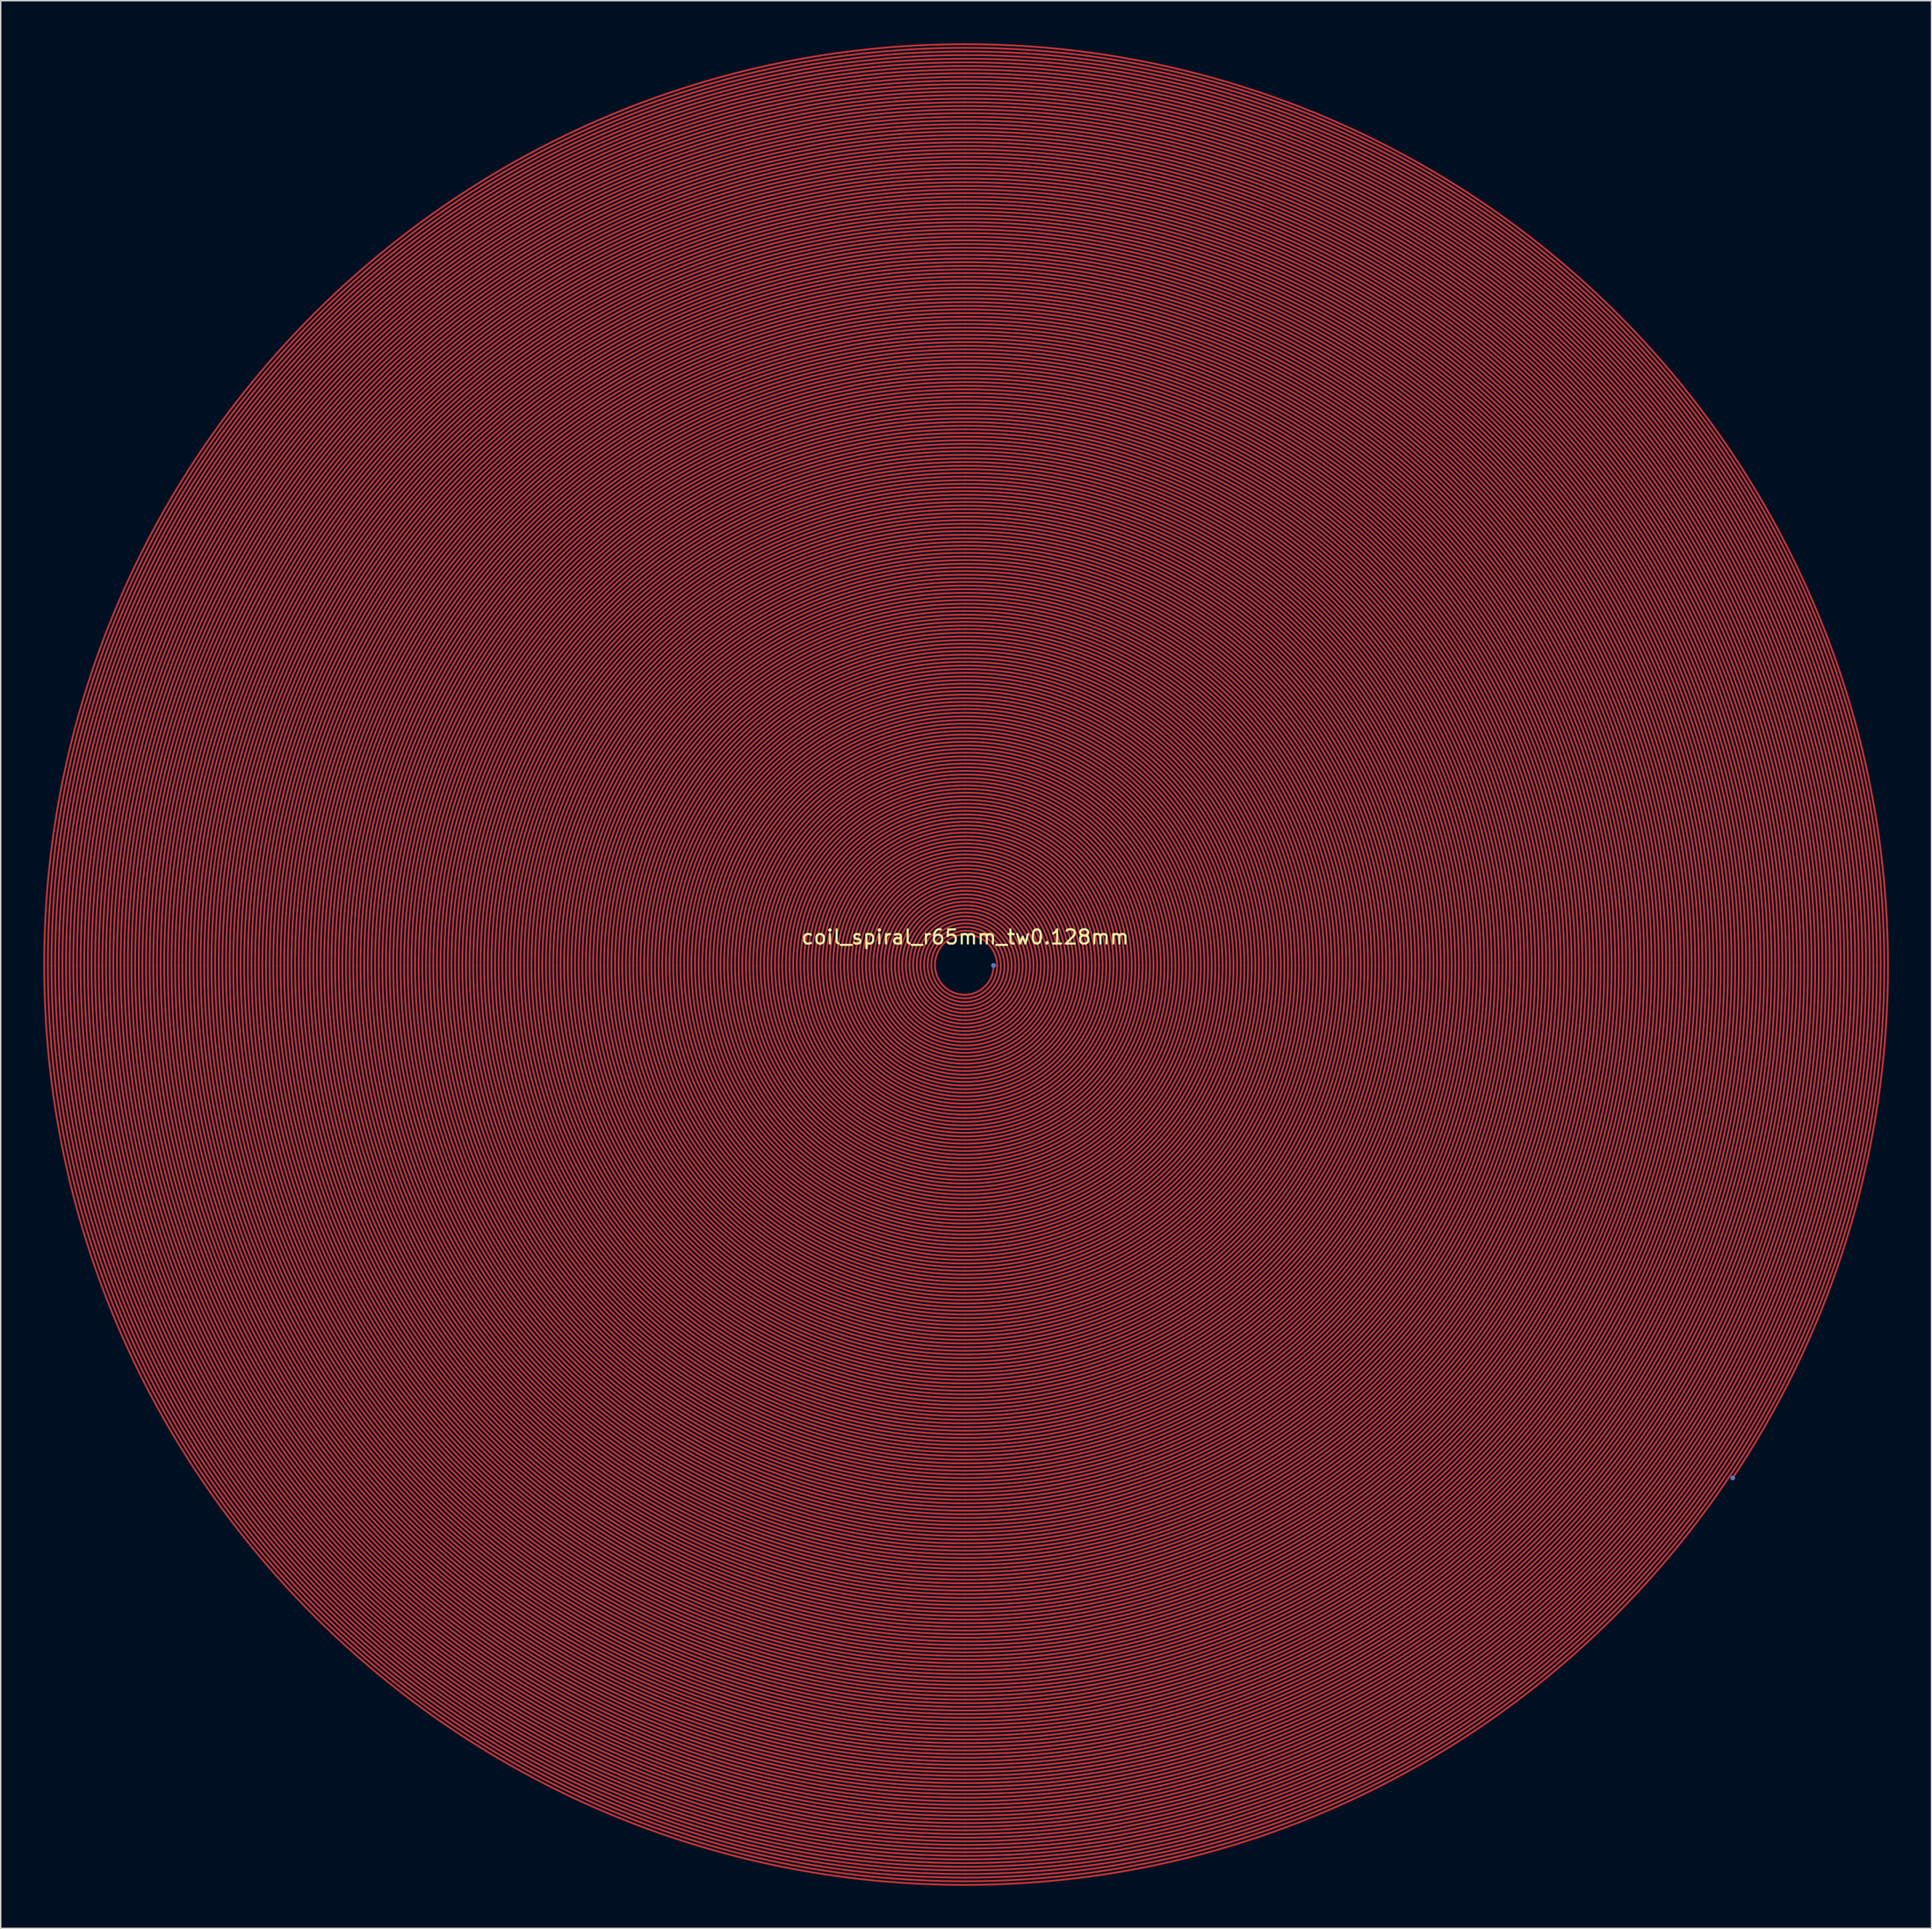
<source format=kicad_pcb>
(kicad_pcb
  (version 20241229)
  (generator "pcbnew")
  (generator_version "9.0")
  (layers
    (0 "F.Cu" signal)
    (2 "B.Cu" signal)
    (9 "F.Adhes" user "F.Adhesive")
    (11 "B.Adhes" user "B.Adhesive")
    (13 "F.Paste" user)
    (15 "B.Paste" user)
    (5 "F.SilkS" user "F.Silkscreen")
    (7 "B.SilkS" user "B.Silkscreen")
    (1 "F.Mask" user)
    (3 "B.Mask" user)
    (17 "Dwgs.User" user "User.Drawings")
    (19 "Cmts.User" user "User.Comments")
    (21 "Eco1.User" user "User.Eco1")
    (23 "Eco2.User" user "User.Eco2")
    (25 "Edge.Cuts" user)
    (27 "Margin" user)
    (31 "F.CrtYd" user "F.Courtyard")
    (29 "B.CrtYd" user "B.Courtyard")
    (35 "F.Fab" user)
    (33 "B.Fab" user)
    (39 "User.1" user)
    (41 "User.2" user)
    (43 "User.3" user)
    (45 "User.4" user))
  (footprint "coil_spiral_r65mm_tw0.128mm"
    (layer "F.Cu")
    (at 64.912 64.976)
    (property "Reference" "coil_spiral_r65mm_tw0.128mm" (at 0 -2 0) (layer "F.SilkS") (effects (font (size 1 1) (thickness 0.15))))
    (attr through_hole)
    (fp_arc (start -64.848 0) (mid -45.867721 -45.886466) (end 0.000001 -64.912) (stroke (width 0.128) (type solid)) (layer "F.Cu"))
    (fp_arc (start -64.592 0) (mid -45.686702 -45.705447) (end 0 -64.656) (stroke (width 0.128) (type solid)) (layer "F.Cu"))
    (fp_arc (start -64.336 0) (mid -45.505682 -45.524427) (end 0 -64.4) (stroke (width 0.128) (type solid)) (layer "F.Cu"))
    (fp_arc (start -64.08 0) (mid -45.324663 -45.343408) (end 0 -64.144) (stroke (width 0.128) (type solid)) (layer "F.Cu"))
    (fp_arc (start -63.824 0) (mid -45.143643 -45.162389) (end 0.000001 -63.888) (stroke (width 0.128) (type solid)) (layer "F.Cu"))
    (fp_arc (start -63.568 0) (mid -44.962624 -44.98137) (end 0.000001 -63.632) (stroke (width 0.128) (type solid)) (layer "F.Cu"))
    (fp_arc (start -63.312 0) (mid -44.781606 -44.80035) (end -0.000001 -63.376) (stroke (width 0.128) (type solid)) (layer "F.Cu"))
    (fp_arc (start -63.056 0) (mid -44.600586 -44.619331) (end 0 -63.12) (stroke (width 0.128) (type solid)) (layer "F.Cu"))
    (fp_arc (start -62.8 0) (mid -44.419567 -44.438311) (end -0.000001 -62.864) (stroke (width 0.128) (type solid)) (layer "F.Cu"))
    (fp_arc (start -62.544 0) (mid -44.238548 -44.257292) (end -0.000001 -62.608) (stroke (width 0.128) (type solid)) (layer "F.Cu"))
    (fp_arc (start -62.288 0) (mid -44.057528 -44.076273) (end -0.000001 -62.352) (stroke (width 0.128) (type solid)) (layer "F.Cu"))
    (fp_arc (start -62.032 0) (mid -43.876509 -43.895254) (end 0 -62.096) (stroke (width 0.128) (type solid)) (layer "F.Cu"))
    (fp_arc (start -61.776 0) (mid -43.695489 -43.714234) (end 0 -61.84) (stroke (width 0.128) (type solid)) (layer "F.Cu"))
    (fp_arc (start -61.52 0) (mid -43.51447 -43.533215) (end 0 -61.584) (stroke (width 0.128) (type solid)) (layer "F.Cu"))
    (fp_arc (start -61.264 0) (mid -43.33345 -43.352196) (end 0.000001 -61.328) (stroke (width 0.128) (type solid)) (layer "F.Cu"))
    (fp_arc (start -61.008 0) (mid -43.152431 -43.171176) (end 0 -61.072) (stroke (width 0.128) (type solid)) (layer "F.Cu"))
    (fp_arc (start -60.752 0) (mid -42.971412 -42.990157) (end 0 -60.816) (stroke (width 0.128) (type solid)) (layer "F.Cu"))
    (fp_arc (start -60.496 0) (mid -42.790392 -42.809138) (end 0.000001 -60.56) (stroke (width 0.128) (type solid)) (layer "F.Cu"))
    (fp_arc (start -60.24 0) (mid -42.609373 -42.628118) (end 0 -60.303999) (stroke (width 0.128) (type solid)) (layer "F.Cu"))
    (fp_arc (start -59.984 0) (mid -42.428355 -42.447099) (end -0.000001 -60.048) (stroke (width 0.128) (type solid)) (layer "F.Cu"))
    (fp_arc (start -59.728 0) (mid -42.247335 -42.26608) (end 0 -59.792) (stroke (width 0.128) (type solid)) (layer "F.Cu"))
    (fp_arc (start -59.472 0) (mid -42.066315 -42.085061) (end 0 -59.536) (stroke (width 0.128) (type solid)) (layer "F.Cu"))
    (fp_arc (start -59.216 0) (mid -41.885297 -41.904041) (end -0.000001 -59.28) (stroke (width 0.128) (type solid)) (layer "F.Cu"))
    (fp_arc (start -58.96 0) (mid -41.704277 -41.723022) (end 0 -59.024) (stroke (width 0.128) (type solid)) (layer "F.Cu"))
    (fp_arc (start -58.704 0) (mid -41.523257 -41.542003) (end 0 -58.768) (stroke (width 0.128) (type solid)) (layer "F.Cu"))
    (fp_arc (start -58.448 0) (mid -41.342238 -41.360983) (end 0 -58.512) (stroke (width 0.128) (type solid)) (layer "F.Cu"))
    (fp_arc (start -58.192 0) (mid -41.161218 -41.179964) (end 0.000001 -58.256) (stroke (width 0.128) (type solid)) (layer "F.Cu"))
    (fp_arc (start -57.936 0) (mid -40.980199 -40.998945) (end 0 -58) (stroke (width 0.128) (type solid)) (layer "F.Cu"))
    (fp_arc (start -57.68 0) (mid -40.79918 -40.817926) (end 0.000001 -57.744) (stroke (width 0.128) (type solid)) (layer "F.Cu"))
    (fp_arc (start -57.424 0) (mid -40.618161 -40.636906) (end -0.000001 -57.488) (stroke (width 0.128) (type solid)) (layer "F.Cu"))
    (fp_arc (start -57.168 0) (mid -40.437142 -40.455887) (end -0.000001 -57.232) (stroke (width 0.128) (type solid)) (layer "F.Cu"))
    (fp_arc (start -56.912 0) (mid -40.256122 -40.274868) (end 0 -56.976) (stroke (width 0.128) (type solid)) (layer "F.Cu"))
    (fp_arc (start -56.656 0) (mid -40.075103 -40.093848) (end 0 -56.72) (stroke (width 0.128) (type solid)) (layer "F.Cu"))
    (fp_arc (start -56.4 0) (mid -39.894084 -39.912829) (end -0.000001 -56.464) (stroke (width 0.128) (type solid)) (layer "F.Cu"))
    (fp_arc (start -56.144 0) (mid -39.713064 -39.73181) (end 0 -56.208) (stroke (width 0.128) (type solid)) (layer "F.Cu"))
    (fp_arc (start -55.888 0) (mid -39.532045 -39.55079) (end 0 -55.952) (stroke (width 0.128) (type solid)) (layer "F.Cu"))
    (fp_arc (start -55.632 0) (mid -39.351025 -39.369771) (end 0.000001 -55.696) (stroke (width 0.128) (type solid)) (layer "F.Cu"))
    (fp_arc (start -55.376 0) (mid -39.170006 -39.188752) (end 0 -55.44) (stroke (width 0.128) (type solid)) (layer "F.Cu"))
    (fp_arc (start -55.12 0) (mid -38.988987 -39.007733) (end 0.000001 -55.184) (stroke (width 0.128) (type solid)) (layer "F.Cu"))
    (fp_arc (start -54.864 0) (mid -38.807968 -38.826713) (end -0.000001 -54.928) (stroke (width 0.128) (type solid)) (layer "F.Cu"))
    (fp_arc (start -54.608 0) (mid -38.626949 -38.645693) (end -0.000001 -54.672) (stroke (width 0.128) (type solid)) (layer "F.Cu"))
    (fp_arc (start -54.352 0) (mid -38.445929 -38.464675) (end 0 -54.416) (stroke (width 0.128) (type solid)) (layer "F.Cu"))
    (fp_arc (start -54.096 0) (mid -38.26491 -38.283655) (end -0.000001 -54.16) (stroke (width 0.128) (type solid)) (layer "F.Cu"))
    (fp_arc (start -53.84 0) (mid -38.083891 -38.102636) (end 0 -53.904) (stroke (width 0.128) (type solid)) (layer "F.Cu"))
    (fp_arc (start -53.584 0) (mid -37.902871 -37.921617) (end 0 -53.648) (stroke (width 0.128) (type solid)) (layer "F.Cu"))
    (fp_arc (start -53.328 0) (mid -37.721852 -37.740598) (end 0.000001 -53.392) (stroke (width 0.128) (type solid)) (layer "F.Cu"))
    (fp_arc (start -53.072 0) (mid -37.540833 -37.559578) (end 0 -53.136) (stroke (width 0.128) (type solid)) (layer "F.Cu"))
    (fp_arc (start -52.816 0) (mid -37.359813 -37.378559) (end 0.000001 -52.88) (stroke (width 0.128) (type solid)) (layer "F.Cu"))
    (fp_arc (start -52.56 0) (mid -37.178794 -37.197539) (end 0 -52.623999) (stroke (width 0.128) (type solid)) (layer "F.Cu"))
    (fp_arc (start -52.304 0) (mid -36.997775 -37.01652) (end -0.000001 -52.368) (stroke (width 0.128) (type solid)) (layer "F.Cu"))
    (fp_arc (start -52.048 0) (mid -36.816756 -36.8355) (end -0.000001 -52.112) (stroke (width 0.128) (type solid)) (layer "F.Cu"))
    (fp_arc (start -51.792 0) (mid -36.635736 -36.654481) (end 0 -51.856) (stroke (width 0.128) (type solid)) (layer "F.Cu"))
    (fp_arc (start -51.536 0) (mid -36.454717 -36.473462) (end 0 -51.6) (stroke (width 0.128) (type solid)) (layer "F.Cu"))
    (fp_arc (start -51.28 0) (mid -36.273698 -36.292443) (end 0 -51.344) (stroke (width 0.128) (type solid)) (layer "F.Cu"))
    (fp_arc (start -51.024 0) (mid -36.092678 -36.111423) (end 0 -51.088) (stroke (width 0.128) (type solid)) (layer "F.Cu"))
    (fp_arc (start -50.768 0) (mid -35.911659 -35.930404) (end 0.000001 -50.832) (stroke (width 0.128) (type solid)) (layer "F.Cu"))
    (fp_arc (start -50.512 0) (mid -35.730639 -35.749385) (end 0.000001 -50.576) (stroke (width 0.128) (type solid)) (layer "F.Cu"))
    (fp_arc (start -50.256 0) (mid -35.549621 -35.568365) (end -0.000001 -50.32) (stroke (width 0.128) (type solid)) (layer "F.Cu"))
    (fp_arc (start -50 0) (mid -35.368601 -35.387346) (end 0 -50.064) (stroke (width 0.128) (type solid)) (layer "F.Cu"))
    (fp_arc (start -49.744 0) (mid -35.187582 -35.206327) (end 0 -49.808) (stroke (width 0.128) (type solid)) (layer "F.Cu"))
    (fp_arc (start -49.488 0) (mid -35.006563 -35.025308) (end 0 -49.552) (stroke (width 0.128) (type solid)) (layer "F.Cu"))
    (fp_arc (start -49.232 0) (mid -34.825543 -34.844288) (end 0 -49.296) (stroke (width 0.128) (type solid)) (layer "F.Cu"))
    (fp_arc (start -48.976 0) (mid -34.644524 -34.663269) (end 0 -49.04) (stroke (width 0.128) (type solid)) (layer "F.Cu"))
    (fp_arc (start -48.72 0) (mid -34.463504 -34.48225) (end 0.000001 -48.784) (stroke (width 0.128) (type solid)) (layer "F.Cu"))
    (fp_arc (start -48.464 0) (mid -34.282485 -34.30123) (end 0 -48.527999) (stroke (width 0.128) (type solid)) (layer "F.Cu"))
    (fp_arc (start -48.208 0) (mid -34.101467 -34.120211) (end -0.000001 -48.272) (stroke (width 0.128) (type solid)) (layer "F.Cu"))
    (fp_arc (start -47.952 0) (mid -33.920447 -33.939192) (end 0 -48.016) (stroke (width 0.128) (type solid)) (layer "F.Cu"))
    (fp_arc (start -47.696 0) (mid -33.739427 -33.758173) (end 0 -47.76) (stroke (width 0.128) (type solid)) (layer "F.Cu"))
    (fp_arc (start -47.44 0) (mid -33.558408 -33.577153) (end 0 -47.504) (stroke (width 0.128) (type solid)) (layer "F.Cu"))
    (fp_arc (start -47.184 0) (mid -33.377388 -33.396134) (end 0.000001 -47.248) (stroke (width 0.128) (type solid)) (layer "F.Cu"))
    (fp_arc (start -46.928 0) (mid -33.196369 -33.215115) (end 0 -46.992) (stroke (width 0.128) (type solid)) (layer "F.Cu"))
    (fp_arc (start -46.672 0) (mid -33.01535 -33.034096) (end 0.000001 -46.736) (stroke (width 0.128) (type solid)) (layer "F.Cu"))
    (fp_arc (start -46.416 0) (mid -32.834331 -32.853076) (end 0 -46.48) (stroke (width 0.128) (type solid)) (layer "F.Cu"))
    (fp_arc (start -46.16 0) (mid -32.653312 -32.672057) (end -0.000001 -46.224) (stroke (width 0.128) (type solid)) (layer "F.Cu"))
    (fp_arc (start -45.904 0) (mid -32.472292 -32.491038) (end 0 -45.968) (stroke (width 0.128) (type solid)) (layer "F.Cu"))
    (fp_arc (start -45.648 0) (mid -32.291273 -32.310018) (end 0 -45.712) (stroke (width 0.128) (type solid)) (layer "F.Cu"))
    (fp_arc (start -45.392 0) (mid -32.110253 -32.128999) (end 0.000001 -45.456) (stroke (width 0.128) (type solid)) (layer "F.Cu"))
    (fp_arc (start -45.136 0) (mid -31.929234 -31.94798) (end 0 -45.2) (stroke (width 0.128) (type solid)) (layer "F.Cu"))
    (fp_arc (start -44.88 0) (mid -31.748216 -31.76696) (end -0.000001 -44.944) (stroke (width 0.128) (type solid)) (layer "F.Cu"))
    (fp_arc (start -44.624 0) (mid -31.567196 -31.585941) (end -0.000001 -44.688) (stroke (width 0.128) (type solid)) (layer "F.Cu"))
    (fp_arc (start -44.368 0) (mid -31.386177 -31.404922) (end 0 -44.432) (stroke (width 0.128) (type solid)) (layer "F.Cu"))
    (fp_arc (start -44.112 0) (mid -31.205157 -31.223903) (end 0 -44.176) (stroke (width 0.128) (type solid)) (layer "F.Cu"))
    (fp_arc (start -43.856 0) (mid -31.024138 -31.042884) (end 0.000001 -43.92) (stroke (width 0.128) (type solid)) (layer "F.Cu"))
    (fp_arc (start -43.6 0) (mid -30.843119 -30.861864) (end 0 -43.664) (stroke (width 0.128) (type solid)) (layer "F.Cu"))
    (fp_arc (start -43.344 0) (mid -30.662099 -30.680844) (end 0 -43.407999) (stroke (width 0.128) (type solid)) (layer "F.Cu"))
    (fp_arc (start -43.088 0) (mid -30.481081 -30.499825) (end -0.000001 -43.152) (stroke (width 0.128) (type solid)) (layer "F.Cu"))
    (fp_arc (start -42.832 0) (mid -30.300061 -30.318806) (end 0 -42.896) (stroke (width 0.128) (type solid)) (layer "F.Cu"))
    (fp_arc (start -42.576 0) (mid -30.119042 -30.137787) (end 0 -42.64) (stroke (width 0.128) (type solid)) (layer "F.Cu"))
    (fp_arc (start -42.32 0) (mid -29.938022 -29.956767) (end 0 -42.384) (stroke (width 0.128) (type solid)) (layer "F.Cu"))
    (fp_arc (start -42.064 0) (mid -29.757003 -29.775749) (end 0.000001 -42.128) (stroke (width 0.128) (type solid)) (layer "F.Cu"))
    (fp_arc (start -41.808 0) (mid -29.575984 -29.594729) (end -0.000001 -41.872) (stroke (width 0.128) (type solid)) (layer "F.Cu"))
    (fp_arc (start -41.552 0) (mid -29.394965 -29.41371) (end 0 -41.616) (stroke (width 0.128) (type solid)) (layer "F.Cu"))
    (fp_arc (start -41.296 0) (mid -29.213945 -29.23269) (end 0 -41.36) (stroke (width 0.128) (type solid)) (layer "F.Cu"))
    (fp_arc (start -41.04 0) (mid -29.032926 -29.051671) (end 0 -41.104) (stroke (width 0.128) (type solid)) (layer "F.Cu"))
    (fp_arc (start -40.784 0) (mid -28.851906 -28.870652) (end 0.000001 -40.848) (stroke (width 0.128) (type solid)) (layer "F.Cu"))
    (fp_arc (start -40.528 0) (mid -28.670887 -28.689633) (end 0.000001 -40.592) (stroke (width 0.128) (type solid)) (layer "F.Cu"))
    (fp_arc (start -40.272 0) (mid -28.489869 -28.508613) (end -0.000001 -40.336) (stroke (width 0.128) (type solid)) (layer "F.Cu"))
    (fp_arc (start -40.016 0) (mid -28.308849 -28.327594) (end 0 -40.08) (stroke (width 0.128) (type solid)) (layer "F.Cu"))
    (fp_arc (start -39.76 0) (mid -28.12783 -28.146575) (end 0 -39.824) (stroke (width 0.128) (type solid)) (layer "F.Cu"))
    (fp_arc (start -39.504 0) (mid -27.94681 -27.965556) (end 0.000001 -39.568) (stroke (width 0.128) (type solid)) (layer "F.Cu"))
    (fp_arc (start -39.248 0) (mid -27.765791 -27.784536) (end 0.000001 -39.312) (stroke (width 0.128) (type solid)) (layer "F.Cu"))
    (fp_arc (start -38.992 0) (mid -27.584772 -27.603517) (end -0.000001 -39.056) (stroke (width 0.128) (type solid)) (layer "F.Cu"))
    (fp_arc (start -38.736 0) (mid -27.403753 -27.422498) (end 0 -38.8) (stroke (width 0.128) (type solid)) (layer "F.Cu"))
    (fp_arc (start -38.48 0) (mid -27.222733 -27.241479) (end 0.000001 -38.544) (stroke (width 0.128) (type solid)) (layer "F.Cu"))
    (fp_arc (start -38.224 0) (mid -27.041713 -27.060459) (end 0.000001 -38.288) (stroke (width 0.128) (type solid)) (layer "F.Cu"))
    (fp_arc (start -37.968 0) (mid -26.860695 -26.87944) (end -0.000001 -38.032) (stroke (width 0.128) (type solid)) (layer "F.Cu"))
    (fp_arc (start -37.712 0) (mid -26.679676 -26.69842) (end -0.000001 -37.776) (stroke (width 0.128) (type solid)) (layer "F.Cu"))
    (fp_arc (start -37.456 0) (mid -26.498656 -26.517401) (end 0 -37.52) (stroke (width 0.128) (type solid)) (layer "F.Cu"))
    (fp_arc (start -37.2 0) (mid -26.317637 -26.336382) (end 0 -37.264) (stroke (width 0.128) (type solid)) (layer "F.Cu"))
    (fp_arc (start -36.944 0) (mid -26.136617 -26.155363) (end 0.000001 -37.008) (stroke (width 0.128) (type solid)) (layer "F.Cu"))
    (fp_arc (start -36.688 0) (mid -25.955599 -25.974343) (end -0.000001 -36.752) (stroke (width 0.128) (type solid)) (layer "F.Cu"))
    (fp_arc (start -36.432 0) (mid -25.774579 -25.793324) (end 0 -36.496) (stroke (width 0.128) (type solid)) (layer "F.Cu"))
    (fp_arc (start -36.176 0) (mid -25.59356 -25.612305) (end 0 -36.24) (stroke (width 0.128) (type solid)) (layer "F.Cu"))
    (fp_arc (start -35.92 0) (mid -25.41254 -25.431286) (end 0.000001 -35.984) (stroke (width 0.128) (type solid)) (layer "F.Cu"))
    (fp_arc (start -35.664 0) (mid -25.231522 -25.250266) (end -0.000001 -35.728) (stroke (width 0.128) (type solid)) (layer "F.Cu"))
    (fp_arc (start -35.408 0) (mid -25.050502 -25.069247) (end 0 -35.472) (stroke (width 0.128) (type solid)) (layer "F.Cu"))
    (fp_arc (start -35.152 0) (mid -24.869483 -24.888228) (end 0 -35.216) (stroke (width 0.128) (type solid)) (layer "F.Cu"))
    (fp_arc (start -34.896 0) (mid -24.688463 -24.707209) (end 0.000001 -34.96) (stroke (width 0.128) (type solid)) (layer "F.Cu"))
    (fp_arc (start -34.64 0) (mid -24.507445 -24.526189) (end -0.000001 -34.704) (stroke (width 0.128) (type solid)) (layer "F.Cu"))
    (fp_arc (start -34.384 0) (mid -24.326425 -24.34517) (end 0 -34.448) (stroke (width 0.128) (type solid)) (layer "F.Cu"))
    (fp_arc (start -34.128 0) (mid -24.145406 -24.164151) (end 0 -34.192) (stroke (width 0.128) (type solid)) (layer "F.Cu"))
    (fp_arc (start -33.872 0) (mid -23.964386 -23.983132) (end 0.000001 -33.936) (stroke (width 0.128) (type solid)) (layer "F.Cu"))
    (fp_arc (start -33.616 0) (mid -23.783368 -23.802112) (end -0.000001 -33.68) (stroke (width 0.128) (type solid)) (layer "F.Cu"))
    (fp_arc (start -33.36 0) (mid -23.602348 -23.621093) (end 0 -33.424) (stroke (width 0.128) (type solid)) (layer "F.Cu"))
    (fp_arc (start -33.104 0) (mid -23.421328 -23.440074) (end 0.000001 -33.168) (stroke (width 0.128) (type solid)) (layer "F.Cu"))
    (fp_arc (start -32.848 0) (mid -23.24031 -23.259054) (end -0.000001 -32.912) (stroke (width 0.128) (type solid)) (layer "F.Cu"))
    (fp_arc (start -32.592 0) (mid -23.05929 -23.078035) (end 0 -32.656) (stroke (width 0.128) (type solid)) (layer "F.Cu"))
    (fp_arc (start -32.336 0) (mid -22.878271 -22.897016) (end 0 -32.4) (stroke (width 0.128) (type solid)) (layer "F.Cu"))
    (fp_arc (start -32.08 0) (mid -22.697251 -22.715996) (end 0 -32.143999) (stroke (width 0.128) (type solid)) (layer "F.Cu"))
    (fp_arc (start -31.824 0) (mid -22.516232 -22.534978) (end 0 -31.888) (stroke (width 0.128) (type solid)) (layer "F.Cu"))
    (fp_arc (start -31.568 0) (mid -22.335213 -22.353958) (end 0 -31.632) (stroke (width 0.128) (type solid)) (layer "F.Cu"))
    (fp_arc (start -31.312 0) (mid -22.154193 -22.172939) (end 0.000001 -31.376) (stroke (width 0.128) (type solid)) (layer "F.Cu"))
    (fp_arc (start -31.056 0) (mid -21.973175 -21.99192) (end 0 -31.12) (stroke (width 0.128) (type solid)) (layer "F.Cu"))
    (fp_arc (start -30.8 0) (mid -21.792155 -21.810901) (end 0 -30.864) (stroke (width 0.128) (type solid)) (layer "F.Cu"))
    (fp_arc (start -30.544 0) (mid -21.611136 -21.629882) (end 0.000001 -30.608) (stroke (width 0.128) (type solid)) (layer "F.Cu"))
    (fp_arc (start -30.288 0) (mid -21.430117 -21.448862) (end -0.000001 -30.352) (stroke (width 0.128) (type solid)) (layer "F.Cu"))
    (fp_arc (start -30.032 0) (mid -21.249098 -21.267843) (end 0 -30.096) (stroke (width 0.128) (type solid)) (layer "F.Cu"))
    (fp_arc (start -29.776 0) (mid -21.068078 -21.086823) (end 0 -29.839999) (stroke (width 0.128) (type solid)) (layer "F.Cu"))
    (fp_arc (start -29.52 0) (mid -20.887059 -20.905805) (end 0 -29.584) (stroke (width 0.128) (type solid)) (layer "F.Cu"))
    (fp_arc (start -29.264 0) (mid -20.70604 -20.724785) (end 0 -29.328) (stroke (width 0.128) (type solid)) (layer "F.Cu"))
    (fp_arc (start -29.008 0) (mid -20.525021 -20.543766) (end -0.000001 -29.072) (stroke (width 0.128) (type solid)) (layer "F.Cu"))
    (fp_arc (start -28.752 0) (mid -20.344002 -20.362747) (end 0 -28.816) (stroke (width 0.128) (type solid)) (layer "F.Cu"))
    (fp_arc (start -28.496 0) (mid -20.162982 -20.181728) (end 0.000001 -28.56) (stroke (width 0.128) (type solid)) (layer "F.Cu"))
    (fp_arc (start -28.24 0) (mid -19.981964 -20.000708) (end -0.000001 -28.304) (stroke (width 0.128) (type solid)) (layer "F.Cu"))
    (fp_arc (start -27.984 0) (mid -19.800944 -19.819689) (end 0 -28.048) (stroke (width 0.128) (type solid)) (layer "F.Cu"))
    (fp_arc (start -27.728 0) (mid -19.619925 -19.638669) (end 0 -27.791999) (stroke (width 0.128) (type solid)) (layer "F.Cu"))
    (fp_arc (start -27.472 0) (mid -19.438906 -19.457651) (end 0 -27.536) (stroke (width 0.128) (type solid)) (layer "F.Cu"))
    (fp_arc (start -27.216 0) (mid -19.257886 -19.276632) (end 0.000001 -27.28) (stroke (width 0.128) (type solid)) (layer "F.Cu"))
    (fp_arc (start -26.96 0) (mid -19.076868 -19.095612) (end -0.000001 -27.024) (stroke (width 0.128) (type solid)) (layer "F.Cu"))
    (fp_arc (start -26.704 0) (mid -18.895848 -18.914593) (end 0 -26.768) (stroke (width 0.128) (type solid)) (layer "F.Cu"))
    (fp_arc (start -26.448 0) (mid -18.714829 -18.733574) (end -0.000001 -26.512) (stroke (width 0.128) (type solid)) (layer "F.Cu"))
    (fp_arc (start -26.192 0) (mid -18.533809 -18.552555) (end 0 -26.256) (stroke (width 0.128) (type solid)) (layer "F.Cu"))
    (fp_arc (start -25.936 0) (mid -18.352791 -18.371535) (end -0.000001 -26) (stroke (width 0.128) (type solid)) (layer "F.Cu"))
    (fp_arc (start -25.68 0) (mid -18.171771 -18.190516) (end 0 -25.744) (stroke (width 0.128) (type solid)) (layer "F.Cu"))
    (fp_arc (start -25.424 0) (mid -17.990752 -18.009497) (end 0 -25.487999) (stroke (width 0.128) (type solid)) (layer "F.Cu"))
    (fp_arc (start -25.168 0) (mid -17.809733 -17.828478) (end 0 -25.232) (stroke (width 0.128) (type solid)) (layer "F.Cu"))
    (fp_arc (start -24.912 0) (mid -17.628713 -17.647458) (end 0 -24.975999) (stroke (width 0.128) (type solid)) (layer "F.Cu"))
    (fp_arc (start -24.656 0) (mid -17.447694 -17.466439) (end 0 -24.72) (stroke (width 0.128) (type solid)) (layer "F.Cu"))
    (fp_arc (start -24.4 0) (mid -17.266676 -17.28542) (end -0.000001 -24.464) (stroke (width 0.128) (type solid)) (layer "F.Cu"))
    (fp_arc (start -24.144 0) (mid -17.085656 -17.104401) (end 0 -24.208) (stroke (width 0.128) (type solid)) (layer "F.Cu"))
    (fp_arc (start -23.888 0) (mid -16.904637 -16.923382) (end 0 -23.952) (stroke (width 0.128) (type solid)) (layer "F.Cu"))
    (fp_arc (start -23.632 0) (mid -16.723618 -16.742363) (end 0 -23.696) (stroke (width 0.128) (type solid)) (layer "F.Cu"))
    (fp_arc (start -23.376 0) (mid -16.542599 -16.561344) (end 0 -23.44) (stroke (width 0.128) (type solid)) (layer "F.Cu"))
    (fp_arc (start -23.12 0) (mid -16.361579 -16.380325) (end 0.000001 -23.184) (stroke (width 0.128) (type solid)) (layer "F.Cu"))
    (fp_arc (start -22.864 0) (mid -16.18056 -16.199305) (end 0 -22.928) (stroke (width 0.128) (type solid)) (layer "F.Cu"))
    (fp_arc (start -22.608 0) (mid -15.999541 -16.018286) (end -0.000001 -22.672) (stroke (width 0.128) (type solid)) (layer "F.Cu"))
    (fp_arc (start -22.352 0) (mid -15.818521 -15.837267) (end 0.000001 -22.416) (stroke (width 0.128) (type solid)) (layer "F.Cu"))
    (fp_arc (start -22.096 0) (mid -15.637503 -15.656248) (end 0 -22.16) (stroke (width 0.128) (type solid)) (layer "F.Cu"))
    (fp_arc (start -21.84 0) (mid -15.456483 -15.475228) (end 0 -21.903999) (stroke (width 0.128) (type solid)) (layer "F.Cu"))
    (fp_arc (start -21.584 0) (mid -15.275464 -15.29421) (end 0 -21.648) (stroke (width 0.128) (type solid)) (layer "F.Cu"))
    (fp_arc (start -21.328 0) (mid -15.094445 -15.11319) (end 0 -21.392) (stroke (width 0.128) (type solid)) (layer "F.Cu"))
    (fp_arc (start -21.072 0) (mid -14.913426 -14.932171) (end 0 -21.135999) (stroke (width 0.128) (type solid)) (layer "F.Cu"))
    (fp_arc (start -20.816 0) (mid -14.732407 -14.751152) (end 0.000001 -20.88) (stroke (width 0.128) (type solid)) (layer "F.Cu"))
    (fp_arc (start -20.56 0) (mid -14.551388 -14.570133) (end 0 -20.624) (stroke (width 0.128) (type solid)) (layer "F.Cu"))
    (fp_arc (start -20.304 0) (mid -14.370369 -14.389114) (end 0 -20.368) (stroke (width 0.128) (type solid)) (layer "F.Cu"))
    (fp_arc (start -20.048 0) (mid -14.189349 -14.208094) (end 0 -20.111999) (stroke (width 0.128) (type solid)) (layer "F.Cu"))
    (fp_arc (start -19.792 0) (mid -14.00833 -14.027076) (end 0.000001 -19.856) (stroke (width 0.128) (type solid)) (layer "F.Cu"))
    (fp_arc (start -19.536 0) (mid -13.827311 -13.846057) (end 0 -19.6) (stroke (width 0.128) (type solid)) (layer "F.Cu"))
    (fp_arc (start -19.28 0) (mid -13.646292 -13.665038) (end 0 -19.344) (stroke (width 0.128) (type solid)) (layer "F.Cu"))
    (fp_arc (start -19.024 0) (mid -13.465273 -13.484019) (end 0 -19.088) (stroke (width 0.128) (type solid)) (layer "F.Cu"))
    (fp_arc (start -18.768 0) (mid -13.284254 -13.302999) (end 0 -18.832) (stroke (width 0.128) (type solid)) (layer "F.Cu"))
    (fp_arc (start -18.512 0) (mid -13.103236 -13.12198) (end -0.000001 -18.576) (stroke (width 0.128) (type solid)) (layer "F.Cu"))
    (fp_arc (start -18.256 0) (mid -12.922216 -12.940961) (end 0 -18.319999) (stroke (width 0.128) (type solid)) (layer "F.Cu"))
    (fp_arc (start -18 0) (mid -12.741197 -12.759942) (end 0 -18.063999) (stroke (width 0.128) (type solid)) (layer "F.Cu"))
    (fp_arc (start -17.744 0) (mid -12.560178 -12.578923) (end 0 -17.807999) (stroke (width 0.128) (type solid)) (layer "F.Cu"))
    (fp_arc (start -17.488 0) (mid -12.379159 -12.397904) (end 0 -17.551999) (stroke (width 0.128) (type solid)) (layer "F.Cu"))
    (fp_arc (start -17.232 0) (mid -12.19814 -12.216885) (end 0 -17.295999) (stroke (width 0.128) (type solid)) (layer "F.Cu"))
    (fp_arc (start -16.976 0) (mid -12.017121 -12.035866) (end -0.000001 -17.04) (stroke (width 0.128) (type solid)) (layer "F.Cu"))
    (fp_arc (start -16.72 0) (mid -11.836102 -11.854847) (end 0 -16.784) (stroke (width 0.128) (type solid)) (layer "F.Cu"))
    (fp_arc (start -16.464 0) (mid -11.655083 -11.673828) (end 0 -16.528) (stroke (width 0.128) (type solid)) (layer "F.Cu"))
    (fp_arc (start -16.208 0) (mid -11.474064 -11.492809) (end 0 -16.272) (stroke (width 0.128) (type solid)) (layer "F.Cu"))
    (fp_arc (start -15.952 0) (mid -11.293045 -11.31179) (end 0.000001 -16.016) (stroke (width 0.128) (type solid)) (layer "F.Cu"))
    (fp_arc (start -15.696 0) (mid -11.112026 -11.130771) (end 0 -15.759999) (stroke (width 0.128) (type solid)) (layer "F.Cu"))
    (fp_arc (start -15.44 0) (mid -10.931007 -10.949752) (end 0 -15.504) (stroke (width 0.128) (type solid)) (layer "F.Cu"))
    (fp_arc (start -15.184 0) (mid -10.749988 -10.768734) (end 0.000001 -15.248) (stroke (width 0.128) (type solid)) (layer "F.Cu"))
    (fp_arc (start -14.928 0) (mid -10.568969 -10.587714) (end 0 -14.991999) (stroke (width 0.128) (type solid)) (layer "F.Cu"))
    (fp_arc (start -14.672 0) (mid -10.38795 -10.406695) (end 0 -14.736) (stroke (width 0.128) (type solid)) (layer "F.Cu"))
    (fp_arc (start -14.416 0) (mid -10.206931 -10.225676) (end 0 -14.479999) (stroke (width 0.128) (type solid)) (layer "F.Cu"))
    (fp_arc (start -14.16 0) (mid -10.025912 -10.044658) (end 0 -14.224) (stroke (width 0.128) (type solid)) (layer "F.Cu"))
    (fp_arc (start -13.904 0) (mid -9.844893 -9.863638) (end 0 -13.967999) (stroke (width 0.128) (type solid)) (layer "F.Cu"))
    (fp_arc (start -13.648 0) (mid -9.663875 -9.68262) (end 0 -13.711999) (stroke (width 0.128) (type solid)) (layer "F.Cu"))
    (fp_arc (start -13.392 0) (mid -9.482856 -9.501601) (end 0 -13.456) (stroke (width 0.128) (type solid)) (layer "F.Cu"))
    (fp_arc (start -13.136 0) (mid -9.301837 -9.320582) (end 0 -13.2) (stroke (width 0.128) (type solid)) (layer "F.Cu"))
    (fp_arc (start -12.88 0) (mid -9.120818 -9.139563) (end 0.000001 -12.943999) (stroke (width 0.128) (type solid)) (layer "F.Cu"))
    (fp_arc (start -12.624 0) (mid -8.939799 -8.958544) (end 0 -12.687999) (stroke (width 0.128) (type solid)) (layer "F.Cu"))
    (fp_arc (start -12.368 0) (mid -8.758781 -8.777525) (end 0 -12.432) (stroke (width 0.128) (type solid)) (layer "F.Cu"))
    (fp_arc (start -12.112 0) (mid -8.577763 -8.596507) (end -0.000001 -12.176001) (stroke (width 0.128) (type solid)) (layer "F.Cu"))
    (fp_arc (start -11.856 0) (mid -8.396743 -8.415489) (end 0 -11.920001) (stroke (width 0.128) (type solid)) (layer "F.Cu"))
    (fp_arc (start -11.6 0) (mid -8.215725 -8.23447) (end 0 -11.664) (stroke (width 0.128) (type solid)) (layer "F.Cu"))
    (fp_arc (start -11.344 0) (mid -8.034706 -8.053451) (end 0 -11.408) (stroke (width 0.128) (type solid)) (layer "F.Cu"))
    (fp_arc (start -11.088 0) (mid -7.853688 -7.872433) (end 0 -11.152001) (stroke (width 0.128) (type solid)) (layer "F.Cu"))
    (fp_arc (start -10.832 0) (mid -7.672668 -7.691414) (end 0.000001 -10.896) (stroke (width 0.128) (type solid)) (layer "F.Cu"))
    (fp_arc (start -10.576 0) (mid -7.49165 -7.510395) (end 0 -10.64) (stroke (width 0.128) (type solid)) (layer "F.Cu"))
    (fp_arc (start -10.32 0) (mid -7.310632 -7.329377) (end 0 -10.384) (stroke (width 0.128) (type solid)) (layer "F.Cu"))
    (fp_arc (start -10.064 0) (mid -7.129613 -7.148358) (end 0 -10.128) (stroke (width 0.128) (type solid)) (layer "F.Cu"))
    (fp_arc (start -9.808 0) (mid -6.948595 -6.96734) (end 0 -9.872) (stroke (width 0.128) (type solid)) (layer "F.Cu"))
    (fp_arc (start -9.552 0) (mid -6.767577 -6.786322) (end 0 -9.616001) (stroke (width 0.128) (type solid)) (layer "F.Cu"))
    (fp_arc (start -9.296 0) (mid -6.586558 -6.605303) (end 0 -9.36) (stroke (width 0.128) (type solid)) (layer "F.Cu"))
    (fp_arc (start -9.04 0) (mid -6.405541 -6.424285) (end -0.000001 -9.104) (stroke (width 0.128) (type solid)) (layer "F.Cu"))
    (fp_arc (start -8.784 0) (mid -6.224522 -6.243267) (end -0.000001 -8.848) (stroke (width 0.128) (type solid)) (layer "F.Cu"))
    (fp_arc (start -8.528 0) (mid -6.043504 -6.062249) (end 0 -8.592) (stroke (width 0.128) (type solid)) (layer "F.Cu"))
    (fp_arc (start -8.272 0) (mid -5.862485 -5.881231) (end 0.000001 -8.336) (stroke (width 0.128) (type solid)) (layer "F.Cu"))
    (fp_arc (start -8.016 0) (mid -5.681468 -5.700213) (end 0 -8.08) (stroke (width 0.128) (type solid)) (layer "F.Cu"))
    (fp_arc (start -7.76 0) (mid -5.50045 -5.519195) (end 0 -7.824) (stroke (width 0.128) (type solid)) (layer "F.Cu"))
    (fp_arc (start -7.504 0) (mid -5.319432 -5.338177) (end 0 -7.567999) (stroke (width 0.128) (type solid)) (layer "F.Cu"))
    (fp_arc (start -7.248 0) (mid -5.138415 -5.157159) (end 0 -7.311999) (stroke (width 0.128) (type solid)) (layer "F.Cu"))
    (fp_arc (start -6.992 0) (mid -4.957397 -4.976142) (end 0 -7.056) (stroke (width 0.128) (type solid)) (layer "F.Cu"))
    (fp_arc (start -6.736 0) (mid -4.77638 -4.795125) (end 0 -6.800001) (stroke (width 0.128) (type solid)) (layer "F.Cu"))
    (fp_arc (start -6.48 0) (mid -4.595363 -4.614107) (end 0 -6.544) (stroke (width 0.128) (type solid)) (layer "F.Cu"))
    (fp_arc (start -6.224 0) (mid -4.414346 -4.43309) (end -0.000001 -6.288) (stroke (width 0.128) (type solid)) (layer "F.Cu"))
    (fp_arc (start -5.968 0) (mid -4.233329 -4.252073) (end 0 -6.032) (stroke (width 0.128) (type solid)) (layer "F.Cu"))
    (fp_arc (start -5.712 0) (mid -4.052312 -4.071057) (end 0 -5.776) (stroke (width 0.128) (type solid)) (layer "F.Cu"))
    (fp_arc (start -5.456 0) (mid -3.871296 -3.89004) (end -0.000001 -5.52) (stroke (width 0.128) (type solid)) (layer "F.Cu"))
    (fp_arc (start -5.2 0) (mid -3.69028 -3.709024) (end -0.000001 -5.264) (stroke (width 0.128) (type solid)) (layer "F.Cu"))
    (fp_arc (start -4.944 0) (mid -3.509264 -3.528008) (end 0 -5.008) (stroke (width 0.128) (type solid)) (layer "F.Cu"))
    (fp_arc (start -4.688 0) (mid -3.328249 -3.346993) (end 0 -4.752) (stroke (width 0.128) (type solid)) (layer "F.Cu"))
    (fp_arc (start -4.432 0) (mid -3.147234 -3.165978) (end 0 -4.496) (stroke (width 0.128) (type solid)) (layer "F.Cu"))
    (fp_arc (start -4.176 0) (mid -2.966219 -2.984963) (end 0 -4.239999) (stroke (width 0.128) (type solid)) (layer "F.Cu"))
    (fp_arc (start -3.92 0) (mid -2.785206 -2.803949) (end 0 -3.984) (stroke (width 0.128) (type solid)) (layer "F.Cu"))
    (fp_arc (start -3.664 0) (mid -2.604192 -2.622936) (end 0.000001 -3.728) (stroke (width 0.128) (type solid)) (layer "F.Cu"))
    (fp_arc (start -3.408 0) (mid -2.423181 -2.441924) (end -0.000001 -3.472) (stroke (width 0.128) (type solid)) (layer "F.Cu"))
    (fp_arc (start -3.152 0) (mid -2.24217 -2.260913) (end 0 -3.216) (stroke (width 0.128) (type solid)) (layer "F.Cu"))
    (fp_arc (start -2.896 0) (mid -2.061161 -2.079903) (end 0 -2.959999) (stroke (width 0.128) (type solid)) (layer "F.Cu"))
    (fp_arc (start -2.64 0) (mid -1.880154 -1.898896) (end 0 -2.704) (stroke (width 0.128) (type solid)) (layer "F.Cu"))
    (fp_arc (start -2.384 0) (mid -1.699149 -1.717891) (end 0 -2.448001) (stroke (width 0.128) (type solid)) (layer "F.Cu"))
    (fp_arc (start -2.128 0) (mid -1.518148 -1.536889) (end 0.000001 -2.192) (stroke (width 0.128) (type solid)) (layer "F.Cu"))
    (fp_arc (start 0 -64.912) (mid 57.298523 -30.596794) (end 54.045524 36.112066) (stroke (width 0.128) (type solid)) (layer "F.Cu"))
    (fp_arc (start 0 -64.656) (mid 45.750702 -45.731956) (end 64.72 0) (stroke (width 0.128) (type solid)) (layer "F.Cu"))
    (fp_arc (start 0 -64.4) (mid 45.569682 -45.550937) (end 64.464 0) (stroke (width 0.128) (type solid)) (layer "F.Cu"))
    (fp_arc (start 0 -64.144) (mid 45.388663 -45.369918) (end 64.208 0) (stroke (width 0.128) (type solid)) (layer "F.Cu"))
    (fp_arc (start 0 -63.888) (mid 45.207644 -45.188898) (end 63.952 0.000001) (stroke (width 0.128) (type solid)) (layer "F.Cu"))
    (fp_arc (start 0 -63.632) (mid 45.026625 -45.007879) (end 63.696 0.000001) (stroke (width 0.128) (type solid)) (layer "F.Cu"))
    (fp_arc (start 0 -63.376) (mid 44.845605 -44.82686) (end 63.439999 0) (stroke (width 0.128) (type solid)) (layer "F.Cu"))
    (fp_arc (start 0 -63.12) (mid 44.664586 -44.645841) (end 63.184 0) (stroke (width 0.128) (type solid)) (layer "F.Cu"))
    (fp_arc (start 0 -62.864) (mid 44.483567 -44.464821) (end 62.928 0) (stroke (width 0.128) (type solid)) (layer "F.Cu"))
    (fp_arc (start 0 -62.608) (mid 44.302547 -44.283802) (end 62.672 -0.000001) (stroke (width 0.128) (type solid)) (layer "F.Cu"))
    (fp_arc (start 0 -62.352) (mid 44.121528 -44.102783) (end 62.416 -0.000001) (stroke (width 0.128) (type solid)) (layer "F.Cu"))
    (fp_arc (start 0 -62.096) (mid 43.940509 -43.921763) (end 62.16 0) (stroke (width 0.128) (type solid)) (layer "F.Cu"))
    (fp_arc (start 0 -61.84) (mid 43.759489 -43.740744) (end 61.904 0) (stroke (width 0.128) (type solid)) (layer "F.Cu"))
    (fp_arc (start 0 -61.584) (mid 43.57847 -43.559725) (end 61.648 0) (stroke (width 0.128) (type solid)) (layer "F.Cu"))
    (fp_arc (start 0 -61.328) (mid 43.397451 -43.378705) (end 61.392 0.000001) (stroke (width 0.128) (type solid)) (layer "F.Cu"))
    (fp_arc (start 0 -61.072) (mid 43.216432 -43.197686) (end 61.136 0.000001) (stroke (width 0.128) (type solid)) (layer "F.Cu"))
    (fp_arc (start 0 -60.816) (mid 43.035412 -43.016667) (end 60.88 0) (stroke (width 0.128) (type solid)) (layer "F.Cu"))
    (fp_arc (start 0 -60.56) (mid 42.854393 -42.835647) (end 60.624 0.000001) (stroke (width 0.128) (type solid)) (layer "F.Cu"))
    (fp_arc (start 0 -60.304) (mid 42.673374 -42.654628) (end 60.368 0.000001) (stroke (width 0.128) (type solid)) (layer "F.Cu"))
    (fp_arc (start 0 -60.048) (mid 42.492354 -42.473609) (end 60.112 -0.000001) (stroke (width 0.128) (type solid)) (layer "F.Cu"))
    (fp_arc (start 0 -59.792) (mid 42.311335 -42.29259) (end 59.856 0) (stroke (width 0.128) (type solid)) (layer "F.Cu"))
    (fp_arc (start 0 -59.536) (mid 42.130315 -42.11157) (end 59.6 0) (stroke (width 0.128) (type solid)) (layer "F.Cu"))
    (fp_arc (start 0 -59.28) (mid 41.949296 -41.930551) (end 59.344 -0.000001) (stroke (width 0.128) (type solid)) (layer "F.Cu"))
    (fp_arc (start 0 -59.024) (mid 41.768277 -41.749532) (end 59.088 0) (stroke (width 0.128) (type solid)) (layer "F.Cu"))
    (fp_arc (start 0 -58.768) (mid 41.587257 -41.568512) (end 58.832 0) (stroke (width 0.128) (type solid)) (layer "F.Cu"))
    (fp_arc (start 0 -58.512) (mid 41.406238 -41.387493) (end 58.576 0) (stroke (width 0.128) (type solid)) (layer "F.Cu"))
    (fp_arc (start 0 -58.256) (mid 41.225219 -41.206473) (end 58.32 0.000001) (stroke (width 0.128) (type solid)) (layer "F.Cu"))
    (fp_arc (start 0 -58) (mid 41.0442 -41.025454) (end 58.064 0.000001) (stroke (width 0.128) (type solid)) (layer "F.Cu"))
    (fp_arc (start 0 -57.744) (mid 40.86318 -40.844435) (end 57.808 0) (stroke (width 0.128) (type solid)) (layer "F.Cu"))
    (fp_arc (start 0 -57.488) (mid 40.68216 -40.663416) (end 57.551999 0) (stroke (width 0.128) (type solid)) (layer "F.Cu"))
    (fp_arc (start 0 -57.232) (mid 40.501141 -40.482397) (end 57.296 -0.000001) (stroke (width 0.128) (type solid)) (layer "F.Cu"))
    (fp_arc (start 0 -56.976) (mid 40.320122 -40.301377) (end 57.04 0) (stroke (width 0.128) (type solid)) (layer "F.Cu"))
    (fp_arc (start 0 -56.72) (mid 40.139103 -40.120358) (end 56.784 0) (stroke (width 0.128) (type solid)) (layer "F.Cu"))
    (fp_arc (start 0 -56.464) (mid 39.958083 -39.939339) (end 56.528 -0.000001) (stroke (width 0.128) (type solid)) (layer "F.Cu"))
    (fp_arc (start 0 -56.208) (mid 39.777064 -39.758319) (end 56.272 0) (stroke (width 0.128) (type solid)) (layer "F.Cu"))
    (fp_arc (start 0 -55.952) (mid 39.596045 -39.5773) (end 56.016 0) (stroke (width 0.128) (type solid)) (layer "F.Cu"))
    (fp_arc (start 0 -55.696) (mid 39.415026 -39.39628) (end 55.76 0.000001) (stroke (width 0.128) (type solid)) (layer "F.Cu"))
    (fp_arc (start 0 -55.44) (mid 39.234007 -39.215261) (end 55.504 0.000001) (stroke (width 0.128) (type solid)) (layer "F.Cu"))
    (fp_arc (start 0 -55.184) (mid 39.052987 -39.034242) (end 55.248 0) (stroke (width 0.128) (type solid)) (layer "F.Cu"))
    (fp_arc (start 0 -54.928) (mid 38.871967 -38.853223) (end 54.991999 0) (stroke (width 0.128) (type solid)) (layer "F.Cu"))
    (fp_arc (start 0 -54.672) (mid 38.690948 -38.672204) (end 54.736 -0.000001) (stroke (width 0.128) (type solid)) (layer "F.Cu"))
    (fp_arc (start 0 -54.416) (mid 38.509929 -38.491184) (end 54.48 0) (stroke (width 0.128) (type solid)) (layer "F.Cu"))
    (fp_arc (start 0 -54.16) (mid 38.32891 -38.310165) (end 54.224 -0.000001) (stroke (width 0.128) (type solid)) (layer "F.Cu"))
    (fp_arc (start 0 -53.904) (mid 38.147891 -38.129146) (end 53.968 0) (stroke (width 0.128) (type solid)) (layer "F.Cu"))
    (fp_arc (start 0 -53.648) (mid 37.966871 -37.948126) (end 53.712 0) (stroke (width 0.128) (type solid)) (layer "F.Cu"))
    (fp_arc (start 0 -53.392) (mid 37.785852 -37.767106) (end 53.456 0.000001) (stroke (width 0.128) (type solid)) (layer "F.Cu"))
    (fp_arc (start 0 -53.136) (mid 37.604833 -37.586088) (end 53.2 0) (stroke (width 0.128) (type solid)) (layer "F.Cu"))
    (fp_arc (start 0 -52.88) (mid 37.423814 -37.405068) (end 52.944 0.000001) (stroke (width 0.128) (type solid)) (layer "F.Cu"))
    (fp_arc (start 0 -52.624) (mid 37.242794 -37.224048) (end 52.688 0.000001) (stroke (width 0.128) (type solid)) (layer "F.Cu"))
    (fp_arc (start 0 -52.368) (mid 37.061775 -37.04303) (end 52.432 0) (stroke (width 0.128) (type solid)) (layer "F.Cu"))
    (fp_arc (start 0 -52.112) (mid 36.880755 -36.862011) (end 52.176 -0.000001) (stroke (width 0.128) (type solid)) (layer "F.Cu"))
    (fp_arc (start 0 -51.856) (mid 36.699736 -36.680991) (end 51.92 0) (stroke (width 0.128) (type solid)) (layer "F.Cu"))
    (fp_arc (start 0 -51.6) (mid 36.518717 -36.499972) (end 51.664 0) (stroke (width 0.128) (type solid)) (layer "F.Cu"))
    (fp_arc (start 0 -51.344) (mid 36.337698 -36.318952) (end 51.408 0) (stroke (width 0.128) (type solid)) (layer "F.Cu"))
    (fp_arc (start 0 -51.088) (mid 36.156678 -36.137933) (end 51.152 0) (stroke (width 0.128) (type solid)) (layer "F.Cu"))
    (fp_arc (start 0 -50.832) (mid 35.975659 -35.956913) (end 50.896 0.000001) (stroke (width 0.128) (type solid)) (layer "F.Cu"))
    (fp_arc (start 0 -50.576) (mid 35.79464 -35.775894) (end 50.64 0.000001) (stroke (width 0.128) (type solid)) (layer "F.Cu"))
    (fp_arc (start 0 -50.32) (mid 35.61362 -35.594876) (end 50.384 -0.000001) (stroke (width 0.128) (type solid)) (layer "F.Cu"))
    (fp_arc (start 0 -50.064) (mid 35.432601 -35.413856) (end 50.128 -0.000001) (stroke (width 0.128) (type solid)) (layer "F.Cu"))
    (fp_arc (start 0 -49.808) (mid 35.251582 -35.232837) (end 49.872 0) (stroke (width 0.128) (type solid)) (layer "F.Cu"))
    (fp_arc (start 0 -49.552) (mid 35.070563 -35.051817) (end 49.616 0) (stroke (width 0.128) (type solid)) (layer "F.Cu"))
    (fp_arc (start 0 -49.296) (mid 34.889543 -34.870798) (end 49.36 0) (stroke (width 0.128) (type solid)) (layer "F.Cu"))
    (fp_arc (start 0 -49.04) (mid 34.708524 -34.689778) (end 49.104 0.000001) (stroke (width 0.128) (type solid)) (layer "F.Cu"))
    (fp_arc (start 0 -48.784) (mid 34.527505 -34.508759) (end 48.848 0) (stroke (width 0.128) (type solid)) (layer "F.Cu"))
    (fp_arc (start 0 -48.528) (mid 34.346486 -34.32774) (end 48.592 0.000001) (stroke (width 0.128) (type solid)) (layer "F.Cu"))
    (fp_arc (start 0 -48.272) (mid 34.165466 -34.146721) (end 48.336 -0.000001) (stroke (width 0.128) (type solid)) (layer "F.Cu"))
    (fp_arc (start 0 -48.016) (mid 33.984446 -33.965702) (end 48.08 -0.000001) (stroke (width 0.128) (type solid)) (layer "F.Cu"))
    (fp_arc (start 0 -47.76) (mid 33.803427 -33.784682) (end 47.824 0) (stroke (width 0.128) (type solid)) (layer "F.Cu"))
    (fp_arc (start 0 -47.504) (mid 33.622408 -33.603663) (end 47.568 0) (stroke (width 0.128) (type solid)) (layer "F.Cu"))
    (fp_arc (start 0 -47.248) (mid 33.441389 -33.422644) (end 47.312 0) (stroke (width 0.128) (type solid)) (layer "F.Cu"))
    (fp_arc (start 0 -46.992) (mid 33.26037 -33.241624) (end 47.056 0.000001) (stroke (width 0.128) (type solid)) (layer "F.Cu"))
    (fp_arc (start 0 -46.736) (mid 33.079351 -33.060605) (end 46.8 0.000001) (stroke (width 0.128) (type solid)) (layer "F.Cu"))
    (fp_arc (start 0 -46.48) (mid 32.898331 -32.879586) (end 46.544 -0.000001) (stroke (width 0.128) (type solid)) (layer "F.Cu"))
    (fp_arc (start 0 -46.224) (mid 32.717311 -32.698567) (end 46.288 -0.000001) (stroke (width 0.128) (type solid)) (layer "F.Cu"))
    (fp_arc (start 0 -45.968) (mid 32.536292 -32.517547) (end 46.032 0) (stroke (width 0.128) (type solid)) (layer "F.Cu"))
    (fp_arc (start 0 -45.712) (mid 32.355273 -32.336528) (end 45.776 0) (stroke (width 0.128) (type solid)) (layer "F.Cu"))
    (fp_arc (start 0 -45.456) (mid 32.174254 -32.155509) (end 45.52 0) (stroke (width 0.128) (type solid)) (layer "F.Cu"))
    (fp_arc (start 0 -45.2) (mid 31.993234 -31.974489) (end 45.264 0) (stroke (width 0.128) (type solid)) (layer "F.Cu"))
    (fp_arc (start 0 -44.944) (mid 31.812215 -31.79347) (end 45.007999 0) (stroke (width 0.128) (type solid)) (layer "F.Cu"))
    (fp_arc (start 0 -44.688) (mid 31.631196 -31.612451) (end 44.752 -0.000001) (stroke (width 0.128) (type solid)) (layer "F.Cu"))
    (fp_arc (start 0 -44.432) (mid 31.450177 -31.431432) (end 44.496 0) (stroke (width 0.128) (type solid)) (layer "F.Cu"))
    (fp_arc (start 0 -44.176) (mid 31.269157 -31.250412) (end 44.24 0) (stroke (width 0.128) (type solid)) (layer "F.Cu"))
    (fp_arc (start 0 -43.92) (mid 31.088138 -31.069393) (end 43.984 0) (stroke (width 0.128) (type solid)) (layer "F.Cu"))
    (fp_arc (start 0 -43.664) (mid 30.907119 -30.888374) (end 43.728 0) (stroke (width 0.128) (type solid)) (layer "F.Cu"))
    (fp_arc (start 0 -43.408) (mid 30.7261 -30.707354) (end 43.472 0.000001) (stroke (width 0.128) (type solid)) (layer "F.Cu"))
    (fp_arc (start 0 -43.152) (mid 30.54508 -30.526336) (end 43.216 -0.000001) (stroke (width 0.128) (type solid)) (layer "F.Cu"))
    (fp_arc (start 0 -42.896) (mid 30.364061 -30.345316) (end 42.96 0) (stroke (width 0.128) (type solid)) (layer "F.Cu"))
    (fp_arc (start 0 -42.64) (mid 30.183042 -30.164296) (end 42.704 0) (stroke (width 0.128) (type solid)) (layer "F.Cu"))
    (fp_arc (start 0 -42.384) (mid 30.002022 -29.983277) (end 42.448 0) (stroke (width 0.128) (type solid)) (layer "F.Cu"))
    (fp_arc (start 0 -42.128) (mid 29.821003 -29.802257) (end 42.192 0.000001) (stroke (width 0.128) (type solid)) (layer "F.Cu"))
    (fp_arc (start 0 -41.872) (mid 29.639983 -29.621238) (end 41.935999 0) (stroke (width 0.128) (type solid)) (layer "F.Cu"))
    (fp_arc (start 0 -41.616) (mid 29.458965 -29.440219) (end 41.68 0) (stroke (width 0.128) (type solid)) (layer "F.Cu"))
    (fp_arc (start 0 -41.36) (mid 29.277945 -29.2592) (end 41.424 0) (stroke (width 0.128) (type solid)) (layer "F.Cu"))
    (fp_arc (start 0 -41.104) (mid 29.096926 -29.078181) (end 41.168 0) (stroke (width 0.128) (type solid)) (layer "F.Cu"))
    (fp_arc (start 0 -40.848) (mid 28.915907 -28.897161) (end 40.912 0.000001) (stroke (width 0.128) (type solid)) (layer "F.Cu"))
    (fp_arc (start 0 -40.592) (mid 28.734888 -28.716142) (end 40.656 0.000001) (stroke (width 0.128) (type solid)) (layer "F.Cu"))
    (fp_arc (start 0 -40.336) (mid 28.553868 -28.535123) (end 40.4 -0.000001) (stroke (width 0.128) (type solid)) (layer "F.Cu"))
    (fp_arc (start 0 -40.08) (mid 28.372849 -28.354104) (end 40.144 0) (stroke (width 0.128) (type solid)) (layer "F.Cu"))
    (fp_arc (start 0 -39.824) (mid 28.19183 -28.173084) (end 39.888 0) (stroke (width 0.128) (type solid)) (layer "F.Cu"))
    (fp_arc (start 0 -39.568) (mid 28.01081 -27.992065) (end 39.632 0) (stroke (width 0.128) (type solid)) (layer "F.Cu"))
    (fp_arc (start 0 -39.312) (mid 27.829791 -27.811045) (end 39.376 0.000001) (stroke (width 0.128) (type solid)) (layer "F.Cu"))
    (fp_arc (start 0 -39.056) (mid 27.648771 -27.630027) (end 39.12 -0.000001) (stroke (width 0.128) (type solid)) (layer "F.Cu"))
    (fp_arc (start 0 -38.8) (mid 27.467753 -27.449007) (end 38.864 0) (stroke (width 0.128) (type solid)) (layer "F.Cu"))
    (fp_arc (start 0 -38.544) (mid 27.286733 -27.267988) (end 38.608 0) (stroke (width 0.128) (type solid)) (layer "F.Cu"))
    (fp_arc (start 0 -38.288) (mid 27.105714 -27.086969) (end 38.352 0) (stroke (width 0.128) (type solid)) (layer "F.Cu"))
    (fp_arc (start 0 -38.032) (mid 26.924694 -26.905949) (end 38.095999 0) (stroke (width 0.128) (type solid)) (layer "F.Cu"))
    (fp_arc (start 0 -37.776) (mid 26.743675 -26.724931) (end 37.84 -0.000001) (stroke (width 0.128) (type solid)) (layer "F.Cu"))
    (fp_arc (start 0 -37.52) (mid 26.562656 -26.543911) (end 37.584 0) (stroke (width 0.128) (type solid)) (layer "F.Cu"))
    (fp_arc (start 0 -37.264) (mid 26.381637 -26.362892) (end 37.328 0) (stroke (width 0.128) (type solid)) (layer "F.Cu"))
    (fp_arc (start 0 -37.008) (mid 26.200618 -26.181872) (end 37.072 0.000001) (stroke (width 0.128) (type solid)) (layer "F.Cu"))
    (fp_arc (start 0 -36.752) (mid 26.019598 -26.000854) (end 36.816 -0.000001) (stroke (width 0.128) (type solid)) (layer "F.Cu"))
    (fp_arc (start 0 -36.496) (mid 25.838579 -25.819834) (end 36.56 0) (stroke (width 0.128) (type solid)) (layer "F.Cu"))
    (fp_arc (start 0 -36.24) (mid 25.65756 -25.638815) (end 36.304 0) (stroke (width 0.128) (type solid)) (layer "F.Cu"))
    (fp_arc (start 0 -35.984) (mid 25.476541 -25.457795) (end 36.048 0.000001) (stroke (width 0.128) (type solid)) (layer "F.Cu"))
    (fp_arc (start 0 -35.728) (mid 25.295521 -25.276777) (end 35.792 -0.000001) (stroke (width 0.128) (type solid)) (layer "F.Cu"))
    (fp_arc (start 0 -35.472) (mid 25.114502 -25.095757) (end 35.536 -0.000001) (stroke (width 0.128) (type solid)) (layer "F.Cu"))
    (fp_arc (start 0 -35.216) (mid 24.933483 -24.914738) (end 35.28 0) (stroke (width 0.128) (type solid)) (layer "F.Cu"))
    (fp_arc (start 0 -34.96) (mid 24.752464 -24.733718) (end 35.024 0.000001) (stroke (width 0.128) (type solid)) (layer "F.Cu"))
    (fp_arc (start 0 -34.704) (mid 24.571444 -24.552699) (end 34.768 -0.000001) (stroke (width 0.128) (type solid)) (layer "F.Cu"))
    (fp_arc (start 0 -34.448) (mid 24.390425 -24.37168) (end 34.512 0) (stroke (width 0.128) (type solid)) (layer "F.Cu"))
    (fp_arc (start 0 -34.192) (mid 24.209406 -24.19066) (end 34.256 0) (stroke (width 0.128) (type solid)) (layer "F.Cu"))
    (fp_arc (start 0 -33.936) (mid 24.028387 -24.009641) (end 34 0.000001) (stroke (width 0.128) (type solid)) (layer "F.Cu"))
    (fp_arc (start 0 -33.68) (mid 23.847367 -23.828622) (end 33.744 0) (stroke (width 0.128) (type solid)) (layer "F.Cu"))
    (fp_arc (start 0 -33.424) (mid 23.666348 -23.647603) (end 33.488 0) (stroke (width 0.128) (type solid)) (layer "F.Cu"))
    (fp_arc (start 0 -33.168) (mid 23.485329 -23.466583) (end 33.232 0.000001) (stroke (width 0.128) (type solid)) (layer "F.Cu"))
    (fp_arc (start 0 -32.912) (mid 23.304309 -23.285564) (end 32.975999 0) (stroke (width 0.128) (type solid)) (layer "F.Cu"))
    (fp_arc (start 0 -32.656) (mid 23.12329 -23.104545) (end 32.72 0) (stroke (width 0.128) (type solid)) (layer "F.Cu"))
    (fp_arc (start 0 -32.4) (mid 22.942271 -22.923526) (end 32.464 0) (stroke (width 0.128) (type solid)) (layer "F.Cu"))
    (fp_arc (start 0 -32.144) (mid 22.761252 -22.742506) (end 32.208 0.000001) (stroke (width 0.128) (type solid)) (layer "F.Cu"))
    (fp_arc (start 0 -31.888) (mid 22.580232 -22.561488) (end 31.952 -0.000001) (stroke (width 0.128) (type solid)) (layer "F.Cu"))
    (fp_arc (start 0 -31.632) (mid 22.399213 -22.380468) (end 31.696 0) (stroke (width 0.128) (type solid)) (layer "F.Cu"))
    (fp_arc (start 0 -31.376) (mid 22.218194 -22.199448) (end 31.44 0.000001) (stroke (width 0.128) (type solid)) (layer "F.Cu"))
    (fp_arc (start 0 -31.12) (mid 22.037174 -22.01843) (end 31.184 -0.000001) (stroke (width 0.128) (type solid)) (layer "F.Cu"))
    (fp_arc (start 0 -30.864) (mid 21.856155 -21.83741) (end 30.928 0) (stroke (width 0.128) (type solid)) (layer "F.Cu"))
    (fp_arc (start 0 -30.608) (mid 21.675136 -21.656391) (end 30.672 0.000001) (stroke (width 0.128) (type solid)) (layer "F.Cu"))
    (fp_arc (start 0 -30.352) (mid 21.494117 -21.475372) (end 30.416 -0.000001) (stroke (width 0.128) (type solid)) (layer "F.Cu"))
    (fp_arc (start 0 -30.096) (mid 21.313098 -21.294353) (end 30.16 0) (stroke (width 0.128) (type solid)) (layer "F.Cu"))
    (fp_arc (start 0 -29.84) (mid 21.132079 -21.113333) (end 29.904 0.000001) (stroke (width 0.128) (type solid)) (layer "F.Cu"))
    (fp_arc (start 0 -29.584) (mid 20.951059 -20.932315) (end 29.648 -0.000001) (stroke (width 0.128) (type solid)) (layer "F.Cu"))
    (fp_arc (start 0 -29.328) (mid 20.77004 -20.751295) (end 29.392 0) (stroke (width 0.128) (type solid)) (layer "F.Cu"))
    (fp_arc (start 0 -29.072) (mid 20.58902 -20.570275) (end 29.135999 0) (stroke (width 0.128) (type solid)) (layer "F.Cu"))
    (fp_arc (start 0 -28.816) (mid 20.408002 -20.389256) (end 28.88 0) (stroke (width 0.128) (type solid)) (layer "F.Cu"))
    (fp_arc (start 0 -28.56) (mid 20.226982 -20.208237) (end 28.624 0) (stroke (width 0.128) (type solid)) (layer "F.Cu"))
    (fp_arc (start 0 -28.304) (mid 20.045963 -20.027218) (end 28.368 -0.000001) (stroke (width 0.128) (type solid)) (layer "F.Cu"))
    (fp_arc (start 0 -28.048) (mid 19.864944 -19.846199) (end 28.112 0) (stroke (width 0.128) (type solid)) (layer "F.Cu"))
    (fp_arc (start 0 -27.792) (mid 19.683925 -19.665179) (end 27.856 0.000001) (stroke (width 0.128) (type solid)) (layer "F.Cu"))
    (fp_arc (start 0 -27.536) (mid 19.502905 -19.484161) (end 27.6 -0.000001) (stroke (width 0.128) (type solid)) (layer "F.Cu"))
    (fp_arc (start 0 -27.28) (mid 19.321887 -19.303141) (end 27.344 0.000001) (stroke (width 0.128) (type solid)) (layer "F.Cu"))
    (fp_arc (start 0 -27.024) (mid 19.140867 -19.122122) (end 27.088 -0.000001) (stroke (width 0.128) (type solid)) (layer "F.Cu"))
    (fp_arc (start 0 -26.768) (mid 18.959848 -18.941103) (end 26.832 0) (stroke (width 0.128) (type solid)) (layer "F.Cu"))
    (fp_arc (start 0 -26.512) (mid 18.778828 -18.760084) (end 26.576 -0.000001) (stroke (width 0.128) (type solid)) (layer "F.Cu"))
    (fp_arc (start 0 -26.256) (mid 18.597809 -18.579064) (end 26.32 0) (stroke (width 0.128) (type solid)) (layer "F.Cu"))
    (fp_arc (start 0 -26) (mid 18.41679 -18.398045) (end 26.063999 0) (stroke (width 0.128) (type solid)) (layer "F.Cu"))
    (fp_arc (start 0 -25.744) (mid 18.235771 -18.217026) (end 25.808 0) (stroke (width 0.128) (type solid)) (layer "F.Cu"))
    (fp_arc (start 0 -25.488) (mid 18.054752 -18.036006) (end 25.552 0.000001) (stroke (width 0.128) (type solid)) (layer "F.Cu"))
    (fp_arc (start 0 -25.232) (mid 17.873733 -17.854988) (end 25.296 0) (stroke (width 0.128) (type solid)) (layer "F.Cu"))
    (fp_arc (start 0 -24.976) (mid 17.692714 -17.673968) (end 25.04 0.000001) (stroke (width 0.128) (type solid)) (layer "F.Cu"))
    (fp_arc (start 0 -24.72) (mid 17.511694 -17.492949) (end 24.784 0) (stroke (width 0.128) (type solid)) (layer "F.Cu"))
    (fp_arc (start 0 -24.464) (mid 17.330675 -17.31193) (end 24.527999 0) (stroke (width 0.128) (type solid)) (layer "F.Cu"))
    (fp_arc (start 0 -24.208) (mid 17.149656 -17.130911) (end 24.272 0) (stroke (width 0.128) (type solid)) (layer "F.Cu"))
    (fp_arc (start 0 -23.952) (mid 16.968636 -16.949891) (end 24.015999 0) (stroke (width 0.128) (type solid)) (layer "F.Cu"))
    (fp_arc (start 0 -23.696) (mid 16.787618 -16.768872) (end 23.76 0) (stroke (width 0.128) (type solid)) (layer "F.Cu"))
    (fp_arc (start 0 -23.44) (mid 16.606598 -16.587854) (end 23.504 -0.000001) (stroke (width 0.128) (type solid)) (layer "F.Cu"))
    (fp_arc (start 0 -23.184) (mid 16.42558 -16.406834) (end 23.248 0.000001) (stroke (width 0.128) (type solid)) (layer "F.Cu"))
    (fp_arc (start 0 -22.928) (mid 16.24456 -16.225815) (end 22.992 0) (stroke (width 0.128) (type solid)) (layer "F.Cu"))
    (fp_arc (start 0 -22.672) (mid 16.06354 -16.044796) (end 22.735999 0) (stroke (width 0.128) (type solid)) (layer "F.Cu"))
    (fp_arc (start 0 -22.416) (mid 15.882522 -15.863777) (end 22.48 0) (stroke (width 0.128) (type solid)) (layer "F.Cu"))
    (fp_arc (start 0 -22.16) (mid 15.701503 -15.682758) (end 22.224 0) (stroke (width 0.128) (type solid)) (layer "F.Cu"))
    (fp_arc (start 0 -21.904) (mid 15.520484 -15.501738) (end 21.968 0.000001) (stroke (width 0.128) (type solid)) (layer "F.Cu"))
    (fp_arc (start 0 -21.648) (mid 15.339464 -15.320719) (end 21.712 0) (stroke (width 0.128) (type solid)) (layer "F.Cu"))
    (fp_arc (start 0 -21.392) (mid 15.158445 -15.1397) (end 21.456 0) (stroke (width 0.128) (type solid)) (layer "F.Cu"))
    (fp_arc (start 0 -21.136) (mid 14.977426 -14.95868) (end 21.2 0.000001) (stroke (width 0.128) (type solid)) (layer "F.Cu"))
    (fp_arc (start 0 -20.88) (mid 14.796407 -14.777662) (end 20.944 0) (stroke (width 0.128) (type solid)) (layer "F.Cu"))
    (fp_arc (start 0 -20.624) (mid 14.615388 -14.596643) (end 20.688 0) (stroke (width 0.128) (type solid)) (layer "F.Cu"))
    (fp_arc (start 0 -20.368) (mid 14.434368 -14.415623) (end 20.431999 0) (stroke (width 0.128) (type solid)) (layer "F.Cu"))
    (fp_arc (start 0 -20.112) (mid 14.25335 -14.234604) (end 20.176 0.000001) (stroke (width 0.128) (type solid)) (layer "F.Cu"))
    (fp_arc (start 0 -19.856) (mid 14.07233 -14.053585) (end 19.92 0) (stroke (width 0.128) (type solid)) (layer "F.Cu"))
    (fp_arc (start 0 -19.6) (mid 13.891311 -13.872566) (end 19.664 0) (stroke (width 0.128) (type solid)) (layer "F.Cu"))
    (fp_arc (start 0 -19.344) (mid 13.710292 -13.691548) (end 19.408 -0.000001) (stroke (width 0.128) (type solid)) (layer "F.Cu"))
    (fp_arc (start 0 -19.088) (mid 13.529273 -13.510529) (end 19.152 -0.000001) (stroke (width 0.128) (type solid)) (layer "F.Cu"))
    (fp_arc (start 0 -18.832) (mid 13.348254 -13.329509) (end 18.895999 0) (stroke (width 0.128) (type solid)) (layer "F.Cu"))
    (fp_arc (start 0 -18.576) (mid 13.167235 -13.14849) (end 18.639999 0) (stroke (width 0.128) (type solid)) (layer "F.Cu"))
    (fp_arc (start 0 -18.32) (mid 12.986216 -12.96747) (end 18.384 0.000001) (stroke (width 0.128) (type solid)) (layer "F.Cu"))
    (fp_arc (start 0 -18.064) (mid 12.805197 -12.786451) (end 18.128 0.000001) (stroke (width 0.128) (type solid)) (layer "F.Cu"))
    (fp_arc (start 0 -17.808) (mid 12.624178 -12.605432) (end 17.872 0.000001) (stroke (width 0.128) (type solid)) (layer "F.Cu"))
    (fp_arc (start 0 -17.552) (mid 12.443159 -12.424413) (end 17.616 0.000001) (stroke (width 0.128) (type solid)) (layer "F.Cu"))
    (fp_arc (start 0 -17.296) (mid 12.26214 -12.243394) (end 17.36 0.000001) (stroke (width 0.128) (type solid)) (layer "F.Cu"))
    (fp_arc (start 0 -17.04) (mid 12.08112 -12.062376) (end 17.103999 0) (stroke (width 0.128) (type solid)) (layer "F.Cu"))
    (fp_arc (start 0 -16.784) (mid 11.900101 -11.881356) (end 16.847999 0) (stroke (width 0.128) (type solid)) (layer "F.Cu"))
    (fp_arc (start 0 -16.528) (mid 11.719082 -11.700337) (end 16.591999 0) (stroke (width 0.128) (type solid)) (layer "F.Cu"))
    (fp_arc (start 0 -16.272) (mid 11.538064 -11.519319) (end 16.336 0) (stroke (width 0.128) (type solid)) (layer "F.Cu"))
    (fp_arc (start 0 -16.016) (mid 11.357045 -11.3383) (end 16.08 0) (stroke (width 0.128) (type solid)) (layer "F.Cu"))
    (fp_arc (start 0 -15.76) (mid 11.176026 -11.15728) (end 15.824 0.000001) (stroke (width 0.128) (type solid)) (layer "F.Cu"))
    (fp_arc (start 0 -15.504) (mid 10.995006 -10.976262) (end 15.567999 0) (stroke (width 0.128) (type solid)) (layer "F.Cu"))
    (fp_arc (start 0 -15.248) (mid 10.813988 -10.795243) (end 15.312 0) (stroke (width 0.128) (type solid)) (layer "F.Cu"))
    (fp_arc (start 0 -14.992) (mid 10.632969 -10.614223) (end 15.056 0.000001) (stroke (width 0.128) (type solid)) (layer "F.Cu"))
    (fp_arc (start 0 -14.736) (mid 10.45195 -10.433205) (end 14.8 -0.000001) (stroke (width 0.128) (type solid)) (layer "F.Cu"))
    (fp_arc (start 0 -14.48) (mid 10.270931 -10.252186) (end 14.544 0) (stroke (width 0.128) (type solid)) (layer "F.Cu"))
    (fp_arc (start 0 -14.224) (mid 10.089912 -10.071168) (end 14.288 -0.000001) (stroke (width 0.128) (type solid)) (layer "F.Cu"))
    (fp_arc (start 0 -13.968) (mid 9.908894 -9.890148) (end 14.032 0.000001) (stroke (width 0.128) (type solid)) (layer "F.Cu"))
    (fp_arc (start 0 -13.712) (mid 9.727875 -9.70913) (end 13.776 0) (stroke (width 0.128) (type solid)) (layer "F.Cu"))
    (fp_arc (start 0 -13.456) (mid 9.546855 -9.52811) (end 13.519999 0) (stroke (width 0.128) (type solid)) (layer "F.Cu"))
    (fp_arc (start 0 -13.2) (mid 9.365837 -9.347092) (end 13.263999 0) (stroke (width 0.128) (type solid)) (layer "F.Cu"))
    (fp_arc (start 0 -12.944) (mid 9.184818 -9.166073) (end 13.008 0) (stroke (width 0.128) (type solid)) (layer "F.Cu"))
    (fp_arc (start 0 -12.688) (mid 9.003799 -8.985054) (end 12.752 0) (stroke (width 0.128) (type solid)) (layer "F.Cu"))
    (fp_arc (start 0 -12.432) (mid 8.822781 -8.804036) (end 12.496001 0) (stroke (width 0.128) (type solid)) (layer "F.Cu"))
    (fp_arc (start 0 -12.176) (mid 8.641761 -8.623017) (end 12.24 -0.000001) (stroke (width 0.128) (type solid)) (layer "F.Cu"))
    (fp_arc (start 0 -11.92) (mid 8.460743 -8.441998) (end 11.984 0) (stroke (width 0.128) (type solid)) (layer "F.Cu"))
    (fp_arc (start 0 -11.664) (mid 8.279724 -8.260979) (end 11.728 0) (stroke (width 0.128) (type solid)) (layer "F.Cu"))
    (fp_arc (start 0 -11.408) (mid 8.098706 -8.079961) (end 11.472001 0) (stroke (width 0.128) (type solid)) (layer "F.Cu"))
    (fp_arc (start 0 -11.152) (mid 7.917687 -7.898942) (end 11.216 0) (stroke (width 0.128) (type solid)) (layer "F.Cu"))
    (fp_arc (start 0 -10.896) (mid 7.736669 -7.717924) (end 10.960001 0) (stroke (width 0.128) (type solid)) (layer "F.Cu"))
    (fp_arc (start 0 -10.64) (mid 7.55565 -7.536905) (end 10.704 0.000001) (stroke (width 0.128) (type solid)) (layer "F.Cu"))
    (fp_arc (start 0 -10.384) (mid 7.374631 -7.355886) (end 10.448 0) (stroke (width 0.128) (type solid)) (layer "F.Cu"))
    (fp_arc (start 0 -10.128) (mid 7.193613 -7.174868) (end 10.192 0) (stroke (width 0.128) (type solid)) (layer "F.Cu"))
    (fp_arc (start 0 -9.872) (mid 7.012595 -6.993849) (end 9.936 0.000001) (stroke (width 0.128) (type solid)) (layer "F.Cu"))
    (fp_arc (start 0 -9.616) (mid 6.831576 -6.812832) (end 9.68 -0.000001) (stroke (width 0.128) (type solid)) (layer "F.Cu"))
    (fp_arc (start 0 -9.36) (mid 6.650558 -6.631813) (end 9.424 0) (stroke (width 0.128) (type solid)) (layer "F.Cu"))
    (fp_arc (start 0 -9.104) (mid 6.46954 -6.450795) (end 9.168 0) (stroke (width 0.128) (type solid)) (layer "F.Cu"))
    (fp_arc (start 0 -8.848) (mid 6.288521 -6.269777) (end 8.912 -0.000001) (stroke (width 0.128) (type solid)) (layer "F.Cu"))
    (fp_arc (start 0 -8.592) (mid 6.107503 -6.088758) (end 8.656 0) (stroke (width 0.128) (type solid)) (layer "F.Cu"))
    (fp_arc (start 0 -8.336) (mid 5.926485 -5.90774) (end 8.4 0) (stroke (width 0.128) (type solid)) (layer "F.Cu"))
    (fp_arc (start 0 -8.08) (mid 5.745467 -5.726723) (end 8.144 0) (stroke (width 0.128) (type solid)) (layer "F.Cu"))
    (fp_arc (start 0 -7.824) (mid 5.56445 -5.545705) (end 7.888 0) (stroke (width 0.128) (type solid)) (layer "F.Cu"))
    (fp_arc (start 0 -7.568) (mid 5.383432 -5.364687) (end 7.632 0) (stroke (width 0.128) (type solid)) (layer "F.Cu"))
    (fp_arc (start 0 -7.312) (mid 5.202414 -5.183669) (end 7.376 0) (stroke (width 0.128) (type solid)) (layer "F.Cu"))
    (fp_arc (start 0 -7.056) (mid 5.021397 -5.002652) (end 7.120001 0) (stroke (width 0.128) (type solid)) (layer "F.Cu"))
    (fp_arc (start 0 -6.8) (mid 4.840379 -4.821634) (end 6.864 0) (stroke (width 0.128) (type solid)) (layer "F.Cu"))
    (fp_arc (start 0 -6.544) (mid 4.659361 -4.640617) (end 6.608 0) (stroke (width 0.128) (type solid)) (layer "F.Cu"))
    (fp_arc (start 0 -6.288) (mid 4.478344 -4.4596) (end 6.352 -0.000001) (stroke (width 0.128) (type solid)) (layer "F.Cu"))
    (fp_arc (start 0 -6.032) (mid 4.297328 -4.278583) (end 6.096 0) (stroke (width 0.128) (type solid)) (layer "F.Cu"))
    (fp_arc (start 0 -5.776) (mid 4.116311 -4.097566) (end 5.84 0) (stroke (width 0.128) (type solid)) (layer "F.Cu"))
    (fp_arc (start 0 -5.52) (mid 3.935294 -3.91655) (end 5.584 0) (stroke (width 0.128) (type solid)) (layer "F.Cu"))
    (fp_arc (start 0 -5.264) (mid 3.754278 -3.735534) (end 5.328 0) (stroke (width 0.128) (type solid)) (layer "F.Cu"))
    (fp_arc (start 0 -5.008) (mid 3.573262 -3.554518) (end 5.072 -0.000001) (stroke (width 0.128) (type solid)) (layer "F.Cu"))
    (fp_arc (start 0 -4.752) (mid 3.392247 -3.373503) (end 4.816 0) (stroke (width 0.128) (type solid)) (layer "F.Cu"))
    (fp_arc (start 0 -4.496) (mid 3.211231 -3.192487) (end 4.56 0) (stroke (width 0.128) (type solid)) (layer "F.Cu"))
    (fp_arc (start 0 -4.24) (mid 3.030217 -3.011473) (end 4.304 0.000001) (stroke (width 0.128) (type solid)) (layer "F.Cu"))
    (fp_arc (start 0 -3.984) (mid 2.849203 -2.830459) (end 4.048 0.000001) (stroke (width 0.128) (type solid)) (layer "F.Cu"))
    (fp_arc (start 0 -3.728) (mid 2.66819 -2.649446) (end 3.792001 0) (stroke (width 0.128) (type solid)) (layer "F.Cu"))
    (fp_arc (start 0 -3.472) (mid 2.487177 -2.468434) (end 3.535999 0) (stroke (width 0.128) (type solid)) (layer "F.Cu"))
    (fp_arc (start 0 -3.216) (mid 2.306166 -2.287423) (end 3.28 0) (stroke (width 0.128) (type solid)) (layer "F.Cu"))
    (fp_arc (start 0 -2.96) (mid 2.125156 -2.106413) (end 3.024001 0) (stroke (width 0.128) (type solid)) (layer "F.Cu"))
    (fp_arc (start 0 -2.704) (mid 1.944147 -1.925405) (end 2.768 0) (stroke (width 0.128) (type solid)) (layer "F.Cu"))
    (fp_arc (start 0 -2.448) (mid 1.763141 -1.7444) (end 2.512 -0.000001) (stroke (width 0.128) (type solid)) (layer "F.Cu"))
    (fp_arc (start 0 -2.192) (mid 1.582138 -1.563398) (end 2.256 -0.000001) (stroke (width 0.128) (type solid)) (layer "F.Cu"))
    (fp_arc (start 0 2.064) (mid -1.491639 1.472898) (end -2.128 -0.000001) (stroke (width 0.128) (type solid)) (layer "F.Cu"))
    (fp_arc (start 0 2.32) (mid -1.67264 1.653898) (end -2.384 -0.000001) (stroke (width 0.128) (type solid)) (layer "F.Cu"))
    (fp_arc (start 0 2.576) (mid -1.853644 1.834902) (end -2.64 0) (stroke (width 0.128) (type solid)) (layer "F.Cu"))
    (fp_arc (start 0 2.832) (mid -2.034652 2.015909) (end -2.896001 0) (stroke (width 0.128) (type solid)) (layer "F.Cu"))
    (fp_arc (start 0 3.088) (mid -2.215661 2.196918) (end -3.152 0) (stroke (width 0.128) (type solid)) (layer "F.Cu"))
    (fp_arc (start 0 3.344) (mid -2.396671 2.377929) (end -3.408 0.000001) (stroke (width 0.128) (type solid)) (layer "F.Cu"))
    (fp_arc (start 0 3.6) (mid -2.577683 2.558939) (end -3.664 -0.000001) (stroke (width 0.128) (type solid)) (layer "F.Cu"))
    (fp_arc (start 0 3.856) (mid -2.758696 2.739952) (end -3.92 -0.000001) (stroke (width 0.128) (type solid)) (layer "F.Cu"))
    (fp_arc (start 0 4.112) (mid -2.93971 2.920966) (end -4.176 0) (stroke (width 0.128) (type solid)) (layer "F.Cu"))
    (fp_arc (start 0 4.368) (mid -3.120724 3.10198) (end -4.432 0) (stroke (width 0.128) (type solid)) (layer "F.Cu"))
    (fp_arc (start 0 4.624) (mid -3.301739 3.282995) (end -4.688001 0) (stroke (width 0.128) (type solid)) (layer "F.Cu"))
    (fp_arc (start 0 4.88) (mid -3.482754 3.46401) (end -4.944 0) (stroke (width 0.128) (type solid)) (layer "F.Cu"))
    (fp_arc (start 0 5.136) (mid -3.66377 3.645026) (end -5.2 0.000001) (stroke (width 0.128) (type solid)) (layer "F.Cu"))
    (fp_arc (start 0 5.392) (mid -3.844786 3.826042) (end -5.456001 0) (stroke (width 0.128) (type solid)) (layer "F.Cu"))
    (fp_arc (start 0 5.648) (mid -4.025802 4.007058) (end -5.711999 0) (stroke (width 0.128) (type solid)) (layer "F.Cu"))
    (fp_arc (start 0 5.904) (mid -4.206819 4.188075) (end -5.968 0) (stroke (width 0.128) (type solid)) (layer "F.Cu"))
    (fp_arc (start 0 6.16) (mid -4.387836 4.369092) (end -6.224 0.000001) (stroke (width 0.128) (type solid)) (layer "F.Cu"))
    (fp_arc (start 0 6.416) (mid -4.568853 4.550109) (end -6.48 0.000001) (stroke (width 0.128) (type solid)) (layer "F.Cu"))
    (fp_arc (start 0 6.672) (mid -4.74987 4.731125) (end -6.736 -0.000001) (stroke (width 0.128) (type solid)) (layer "F.Cu"))
    (fp_arc (start 0 6.928) (mid -4.930888 4.912143) (end -6.992001 0) (stroke (width 0.128) (type solid)) (layer "F.Cu"))
    (fp_arc (start 0 7.184) (mid -5.111905 5.093161) (end -7.248001 0) (stroke (width 0.128) (type solid)) (layer "F.Cu"))
    (fp_arc (start 0 7.44) (mid -5.292923 5.274178) (end -7.504 0) (stroke (width 0.128) (type solid)) (layer "F.Cu"))
    (fp_arc (start 0 7.696) (mid -5.47394 5.455196) (end -7.759999 0) (stroke (width 0.128) (type solid)) (layer "F.Cu"))
    (fp_arc (start 0 7.952) (mid -5.654959 5.636213) (end -8.016 -0.000001) (stroke (width 0.128) (type solid)) (layer "F.Cu"))
    (fp_arc (start 0 8.208) (mid -5.835976 5.817231) (end -8.271999 0) (stroke (width 0.128) (type solid)) (layer "F.Cu"))
    (fp_arc (start 0 8.464) (mid -6.016994 5.998249) (end -8.528 0) (stroke (width 0.128) (type solid)) (layer "F.Cu"))
    (fp_arc (start 0 8.72) (mid -6.198012 6.179268) (end -8.784 0.000001) (stroke (width 0.128) (type solid)) (layer "F.Cu"))
    (fp_arc (start 0 8.976) (mid -6.379031 6.360286) (end -9.04 0) (stroke (width 0.128) (type solid)) (layer "F.Cu"))
    (fp_arc (start 0 9.232) (mid -6.560049 6.541304) (end -9.296 0) (stroke (width 0.128) (type solid)) (layer "F.Cu"))
    (fp_arc (start 0 9.488) (mid -6.741067 6.722322) (end -9.552 -0.000001) (stroke (width 0.128) (type solid)) (layer "F.Cu"))
    (fp_arc (start 0 9.744) (mid -6.922085 6.90334) (end -9.808 0) (stroke (width 0.128) (type solid)) (layer "F.Cu"))
    (fp_arc (start 0 10) (mid -7.103103 7.084359) (end -10.064 0.000001) (stroke (width 0.128) (type solid)) (layer "F.Cu"))
    (fp_arc (start 0 10.256) (mid -7.284122 7.265378) (end -10.32 0.000001) (stroke (width 0.128) (type solid)) (layer "F.Cu"))
    (fp_arc (start 0 10.512) (mid -7.46514 7.446396) (end -10.576 0.000001) (stroke (width 0.128) (type solid)) (layer "F.Cu"))
    (fp_arc (start 0 10.768) (mid -7.646159 7.627414) (end -10.832 0) (stroke (width 0.128) (type solid)) (layer "F.Cu"))
    (fp_arc (start 0 11.024) (mid -7.827178 7.808432) (end -11.088 -0.000001) (stroke (width 0.128) (type solid)) (layer "F.Cu"))
    (fp_arc (start 0 11.28) (mid -8.008196 7.989451) (end -11.344 0) (stroke (width 0.128) (type solid)) (layer "F.Cu"))
    (fp_arc (start 0 11.536) (mid -8.189215 8.17047) (end -11.600001 0) (stroke (width 0.128) (type solid)) (layer "F.Cu"))
    (fp_arc (start 0 11.792) (mid -8.370233 8.351489) (end -11.856 0) (stroke (width 0.128) (type solid)) (layer "F.Cu"))
    (fp_arc (start 0 12.048) (mid -8.551252 8.532507) (end -12.112 0) (stroke (width 0.128) (type solid)) (layer "F.Cu"))
    (fp_arc (start 0 12.304) (mid -8.732271 8.713526) (end -12.368001 0) (stroke (width 0.128) (type solid)) (layer "F.Cu"))
    (fp_arc (start 0 12.56) (mid -8.91329 8.894545) (end -12.624 0) (stroke (width 0.128) (type solid)) (layer "F.Cu"))
    (fp_arc (start 0 12.816) (mid -9.094309 9.075564) (end -12.88 0) (stroke (width 0.128) (type solid)) (layer "F.Cu"))
    (fp_arc (start 0 13.072) (mid -9.275327 9.256582) (end -13.135999 0) (stroke (width 0.128) (type solid)) (layer "F.Cu"))
    (fp_arc (start 0 13.328) (mid -9.456346 9.437601) (end -13.391999 0) (stroke (width 0.128) (type solid)) (layer "F.Cu"))
    (fp_arc (start 0 13.584) (mid -9.637365 9.61862) (end -13.648 0) (stroke (width 0.128) (type solid)) (layer "F.Cu"))
    (fp_arc (start 0 13.84) (mid -9.818384 9.799639) (end -13.904 0) (stroke (width 0.128) (type solid)) (layer "F.Cu"))
    (fp_arc (start 0 14.096) (mid -9.999402 9.980658) (end -14.159999 0) (stroke (width 0.128) (type solid)) (layer "F.Cu"))
    (fp_arc (start 0 14.352) (mid -10.180422 10.161677) (end -14.416 0) (stroke (width 0.128) (type solid)) (layer "F.Cu"))
    (fp_arc (start 0 14.608) (mid -10.36144 10.342695) (end -14.671999 0) (stroke (width 0.128) (type solid)) (layer "F.Cu"))
    (fp_arc (start 0 14.864) (mid -10.54246 10.523714) (end -14.928 0) (stroke (width 0.128) (type solid)) (layer "F.Cu"))
    (fp_arc (start 0 15.12) (mid -10.723478 10.704733) (end -15.183999 0) (stroke (width 0.128) (type solid)) (layer "F.Cu"))
    (fp_arc (start 0 15.376) (mid -10.904498 10.885752) (end -15.44 -0.000001) (stroke (width 0.128) (type solid)) (layer "F.Cu"))
    (fp_arc (start 0 15.632) (mid -11.085516 11.066771) (end -15.696 0) (stroke (width 0.128) (type solid)) (layer "F.Cu"))
    (fp_arc (start 0 15.888) (mid -11.266535 11.24779) (end -15.951999 0) (stroke (width 0.128) (type solid)) (layer "F.Cu"))
    (fp_arc (start 0 16.144) (mid -11.447554 11.428809) (end -16.207999 0) (stroke (width 0.128) (type solid)) (layer "F.Cu"))
    (fp_arc (start 0 16.4) (mid -11.628574 11.609828) (end -16.464 -0.000001) (stroke (width 0.128) (type solid)) (layer "F.Cu"))
    (fp_arc (start 0 16.656) (mid -11.809592 11.790847) (end -16.72 0) (stroke (width 0.128) (type solid)) (layer "F.Cu"))
    (fp_arc (start 0 16.912) (mid -11.990611 11.971866) (end -16.976 0) (stroke (width 0.128) (type solid)) (layer "F.Cu"))
    (fp_arc (start 0 17.168) (mid -12.17163 12.152885) (end -17.232 0) (stroke (width 0.128) (type solid)) (layer "F.Cu"))
    (fp_arc (start 0 17.424) (mid -12.352649 12.333904) (end -17.488 0) (stroke (width 0.128) (type solid)) (layer "F.Cu"))
    (fp_arc (start 0 17.68) (mid -12.533668 12.514923) (end -17.744 0) (stroke (width 0.128) (type solid)) (layer "F.Cu"))
    (fp_arc (start 0 17.936) (mid -12.714688 12.695942) (end -18 0) (stroke (width 0.128) (type solid)) (layer "F.Cu"))
    (fp_arc (start 0 18.192) (mid -12.895706 12.876962) (end -18.256 0.000001) (stroke (width 0.128) (type solid)) (layer "F.Cu"))
    (fp_arc (start 0 18.448) (mid -13.076726 13.05798) (end -18.512 0) (stroke (width 0.128) (type solid)) (layer "F.Cu"))
    (fp_arc (start 0 18.704) (mid -13.257745 13.238999) (end -18.768 0) (stroke (width 0.128) (type solid)) (layer "F.Cu"))
    (fp_arc (start 0 18.96) (mid -13.438764 13.420019) (end -19.024 0) (stroke (width 0.128) (type solid)) (layer "F.Cu"))
    (fp_arc (start 0 19.216) (mid -13.619783 13.601038) (end -19.28 0) (stroke (width 0.128) (type solid)) (layer "F.Cu"))
    (fp_arc (start 0 19.472) (mid -13.800802 13.782056) (end -19.536 -0.000001) (stroke (width 0.128) (type solid)) (layer "F.Cu"))
    (fp_arc (start 0 19.728) (mid -13.98182 13.963076) (end -19.791999 0) (stroke (width 0.128) (type solid)) (layer "F.Cu"))
    (fp_arc (start 0 19.984) (mid -14.16284 14.144095) (end -20.048 0) (stroke (width 0.128) (type solid)) (layer "F.Cu"))
    (fp_arc (start 0 20.24) (mid -14.343859 14.325114) (end -20.304 0) (stroke (width 0.128) (type solid)) (layer "F.Cu"))
    (fp_arc (start 0 20.496) (mid -14.524878 14.506133) (end -20.56 0) (stroke (width 0.128) (type solid)) (layer "F.Cu"))
    (fp_arc (start 0 20.752) (mid -14.705897 14.687152) (end -20.815999 0) (stroke (width 0.128) (type solid)) (layer "F.Cu"))
    (fp_arc (start 0 21.008) (mid -14.886917 14.868171) (end -21.072 0) (stroke (width 0.128) (type solid)) (layer "F.Cu"))
    (fp_arc (start 0 21.264) (mid -15.067936 15.04919) (end -21.328 0) (stroke (width 0.128) (type solid)) (layer "F.Cu"))
    (fp_arc (start 0 21.52) (mid -15.248955 15.230209) (end -21.584 -0.000001) (stroke (width 0.128) (type solid)) (layer "F.Cu"))
    (fp_arc (start 0 21.776) (mid -15.429974 15.411229) (end -21.84 0.000001) (stroke (width 0.128) (type solid)) (layer "F.Cu"))
    (fp_arc (start 0 22.032) (mid -15.610993 15.592248) (end -22.096 0) (stroke (width 0.128) (type solid)) (layer "F.Cu"))
    (fp_arc (start 0 22.288) (mid -15.792012 15.773267) (end -22.352 -0.000001) (stroke (width 0.128) (type solid)) (layer "F.Cu"))
    (fp_arc (start 0 22.544) (mid -15.973031 15.954286) (end -22.608 0) (stroke (width 0.128) (type solid)) (layer "F.Cu"))
    (fp_arc (start 0 22.8) (mid -16.15405 16.135305) (end -22.864 0) (stroke (width 0.128) (type solid)) (layer "F.Cu"))
    (fp_arc (start 0 23.056) (mid -16.335069 16.316324) (end -23.119999 0) (stroke (width 0.128) (type solid)) (layer "F.Cu"))
    (fp_arc (start 0 23.312) (mid -16.516089 16.497344) (end -23.376 0) (stroke (width 0.128) (type solid)) (layer "F.Cu"))
    (fp_arc (start 0 23.568) (mid -16.697108 16.678362) (end -23.632 -0.000001) (stroke (width 0.128) (type solid)) (layer "F.Cu"))
    (fp_arc (start 0 23.824) (mid -16.878127 16.859382) (end -23.888 0) (stroke (width 0.128) (type solid)) (layer "F.Cu"))
    (fp_arc (start 0 24.08) (mid -17.059147 17.040401) (end -24.144 -0.000001) (stroke (width 0.128) (type solid)) (layer "F.Cu"))
    (fp_arc (start 0 24.336) (mid -17.240166 17.22142) (end -24.4 0) (stroke (width 0.128) (type solid)) (layer "F.Cu"))
    (fp_arc (start 0 24.592) (mid -17.421185 17.402439) (end -24.656 -0.000001) (stroke (width 0.128) (type solid)) (layer "F.Cu"))
    (fp_arc (start 0 24.848) (mid -17.602204 17.583459) (end -24.912 0.000001) (stroke (width 0.128) (type solid)) (layer "F.Cu"))
    (fp_arc (start 0 25.104) (mid -17.783223 17.764478) (end -25.168 0) (stroke (width 0.128) (type solid)) (layer "F.Cu"))
    (fp_arc (start 0 25.36) (mid -17.964242 17.945498) (end -25.424 0.000001) (stroke (width 0.128) (type solid)) (layer "F.Cu"))
    (fp_arc (start 0 25.616) (mid -18.145261 18.126516) (end -25.68 0) (stroke (width 0.128) (type solid)) (layer "F.Cu"))
    (fp_arc (start 0 25.872) (mid -18.32628 18.307536) (end -25.936 0.000001) (stroke (width 0.128) (type solid)) (layer "F.Cu"))
    (fp_arc (start 0 26.128) (mid -18.5073 18.488554) (end -26.192 -0.000001) (stroke (width 0.128) (type solid)) (layer "F.Cu"))
    (fp_arc (start 0 26.384) (mid -18.688319 18.669574) (end -26.448 0) (stroke (width 0.128) (type solid)) (layer "F.Cu"))
    (fp_arc (start 0 26.64) (mid -18.869339 18.850593) (end -26.704 -0.000001) (stroke (width 0.128) (type solid)) (layer "F.Cu"))
    (fp_arc (start 0 26.896) (mid -19.050357 19.031612) (end -26.96 0) (stroke (width 0.128) (type solid)) (layer "F.Cu"))
    (fp_arc (start 0 27.152) (mid -19.231376 19.212631) (end -27.215999 0) (stroke (width 0.128) (type solid)) (layer "F.Cu"))
    (fp_arc (start 0 27.408) (mid -19.412396 19.393651) (end -27.472 0) (stroke (width 0.128) (type solid)) (layer "F.Cu"))
    (fp_arc (start 0 27.664) (mid -19.593415 19.57467) (end -27.728 0.000001) (stroke (width 0.128) (type solid)) (layer "F.Cu"))
    (fp_arc (start 0 27.92) (mid -19.774434 19.755689) (end -27.984 0) (stroke (width 0.128) (type solid)) (layer "F.Cu"))
    (fp_arc (start 0 28.176) (mid -19.955454 19.936708) (end -28.24 0) (stroke (width 0.128) (type solid)) (layer "F.Cu"))
    (fp_arc (start 0 28.432) (mid -20.136473 20.117727) (end -28.496 -0.000001) (stroke (width 0.128) (type solid)) (layer "F.Cu"))
    (fp_arc (start 0 28.688) (mid -20.317492 20.298747) (end -28.752 0) (stroke (width 0.128) (type solid)) (layer "F.Cu"))
    (fp_arc (start 0 28.944) (mid -20.498511 20.479766) (end -29.008 0.000001) (stroke (width 0.128) (type solid)) (layer "F.Cu"))
    (fp_arc (start 0 29.2) (mid -20.679531 20.660785) (end -29.264 -0.000001) (stroke (width 0.128) (type solid)) (layer "F.Cu"))
    (fp_arc (start 0 29.456) (mid -20.86055 20.841805) (end -29.52 0) (stroke (width 0.128) (type solid)) (layer "F.Cu"))
    (fp_arc (start 0 29.712) (mid -21.041569 21.022824) (end -29.776 0.000001) (stroke (width 0.128) (type solid)) (layer "F.Cu"))
    (fp_arc (start 0 29.968) (mid -21.222588 21.203843) (end -30.032 0) (stroke (width 0.128) (type solid)) (layer "F.Cu"))
    (fp_arc (start 0 30.224) (mid -21.403607 21.384862) (end -30.288 0) (stroke (width 0.128) (type solid)) (layer "F.Cu"))
    (fp_arc (start 0 30.48) (mid -21.584626 21.565881) (end -30.543999 0) (stroke (width 0.128) (type solid)) (layer "F.Cu"))
    (fp_arc (start 0 30.736) (mid -21.765646 21.7469) (end -30.8 -0.000001) (stroke (width 0.128) (type solid)) (layer "F.Cu"))
    (fp_arc (start 0 30.992) (mid -21.946665 21.92792) (end -31.056 0) (stroke (width 0.128) (type solid)) (layer "F.Cu"))
    (fp_arc (start 0 31.248) (mid -22.127684 22.108939) (end -31.311999 0) (stroke (width 0.128) (type solid)) (layer "F.Cu"))
    (fp_arc (start 0 31.504) (mid -22.308703 22.289958) (end -31.568 0) (stroke (width 0.128) (type solid)) (layer "F.Cu"))
    (fp_arc (start 0 31.76) (mid -22.489723 22.470978) (end -31.824 0) (stroke (width 0.128) (type solid)) (layer "F.Cu"))
    (fp_arc (start 0 32.016) (mid -22.670742 22.651997) (end -32.08 0.000001) (stroke (width 0.128) (type solid)) (layer "F.Cu"))
    (fp_arc (start 0 32.272) (mid -22.851762 22.833016) (end -32.336 -0.000001) (stroke (width 0.128) (type solid)) (layer "F.Cu"))
    (fp_arc (start 0 32.528) (mid -23.032781 23.014035) (end -32.592 0) (stroke (width 0.128) (type solid)) (layer "F.Cu"))
    (fp_arc (start 0 32.784) (mid -23.2138 23.195055) (end -32.848 0) (stroke (width 0.128) (type solid)) (layer "F.Cu"))
    (fp_arc (start 0 33.04) (mid -23.394819 23.376073) (end -33.104 -0.000001) (stroke (width 0.128) (type solid)) (layer "F.Cu"))
    (fp_arc (start 0 33.296) (mid -23.575838 23.557093) (end -33.36 0) (stroke (width 0.128) (type solid)) (layer "F.Cu"))
    (fp_arc (start 0 33.552) (mid -23.756858 23.738112) (end -33.616 0) (stroke (width 0.128) (type solid)) (layer "F.Cu"))
    (fp_arc (start 0 33.808) (mid -23.937876 23.919131) (end -33.871999 0) (stroke (width 0.128) (type solid)) (layer "F.Cu"))
    (fp_arc (start 0 34.064) (mid -24.118896 24.10015) (end -34.128 -0.000001) (stroke (width 0.128) (type solid)) (layer "F.Cu"))
    (fp_arc (start 0 34.32) (mid -24.299915 24.28117) (end -34.384 0) (stroke (width 0.128) (type solid)) (layer "F.Cu"))
    (fp_arc (start 0 34.576) (mid -24.480934 24.46219) (end -34.64 0.000001) (stroke (width 0.128) (type solid)) (layer "F.Cu"))
    (fp_arc (start 0 34.832) (mid -24.661954 24.643208) (end -34.896 -0.000001) (stroke (width 0.128) (type solid)) (layer "F.Cu"))
    (fp_arc (start 0 35.088) (mid -24.842973 24.824228) (end -35.152 0) (stroke (width 0.128) (type solid)) (layer "F.Cu"))
    (fp_arc (start 0 35.344) (mid -25.023992 25.005247) (end -35.408 0) (stroke (width 0.128) (type solid)) (layer "F.Cu"))
    (fp_arc (start 0 35.6) (mid -25.205012 25.186267) (end -35.664 0) (stroke (width 0.128) (type solid)) (layer "F.Cu"))
    (fp_arc (start 0 35.856) (mid -25.386031 25.367285) (end -35.92 -0.000001) (stroke (width 0.128) (type solid)) (layer "F.Cu"))
    (fp_arc (start 0 36.112) (mid -25.56705 25.548305) (end -36.176 0) (stroke (width 0.128) (type solid)) (layer "F.Cu"))
    (fp_arc (start 0 36.368) (mid -25.748069 25.729324) (end -36.432 0) (stroke (width 0.128) (type solid)) (layer "F.Cu"))
    (fp_arc (start 0 36.624) (mid -25.929088 25.910344) (end -36.688 0.000001) (stroke (width 0.128) (type solid)) (layer "F.Cu"))
    (fp_arc (start 0 36.88) (mid -26.110107 26.091363) (end -36.943999 0) (stroke (width 0.128) (type solid)) (layer "F.Cu"))
    (fp_arc (start 0 37.136) (mid -26.291127 26.272382) (end -37.2 -0.000001) (stroke (width 0.128) (type solid)) (layer "F.Cu"))
    (fp_arc (start 0 37.392) (mid -26.472146 26.453401) (end -37.456 0) (stroke (width 0.128) (type solid)) (layer "F.Cu"))
    (fp_arc (start 0 37.648) (mid -26.653166 26.634421) (end -37.712 0) (stroke (width 0.128) (type solid)) (layer "F.Cu"))
    (fp_arc (start 0 37.904) (mid -26.834185 26.81544) (end -37.968 0.000001) (stroke (width 0.128) (type solid)) (layer "F.Cu"))
    (fp_arc (start 0 38.16) (mid -27.015205 26.996459) (end -38.224 -0.000001) (stroke (width 0.128) (type solid)) (layer "F.Cu"))
    (fp_arc (start 0 38.416) (mid -27.196223 27.177478) (end -38.48 0) (stroke (width 0.128) (type solid)) (layer "F.Cu"))
    (fp_arc (start 0 38.672) (mid -27.377243 27.358498) (end -38.736 0) (stroke (width 0.128) (type solid)) (layer "F.Cu"))
    (fp_arc (start 0 38.928) (mid -27.558262 27.539517) (end -38.992 0.000001) (stroke (width 0.128) (type solid)) (layer "F.Cu"))
    (fp_arc (start 0 39.184) (mid -27.739281 27.720536) (end -39.247999 0) (stroke (width 0.128) (type solid)) (layer "F.Cu"))
    (fp_arc (start 0 39.44) (mid -27.920301 27.901555) (end -39.504 -0.000001) (stroke (width 0.128) (type solid)) (layer "F.Cu"))
    (fp_arc (start 0 39.696) (mid -28.10132 28.082575) (end -39.76 0) (stroke (width 0.128) (type solid)) (layer "F.Cu"))
    (fp_arc (start 0 39.952) (mid -28.282339 28.263594) (end -40.016 0) (stroke (width 0.128) (type solid)) (layer "F.Cu"))
    (fp_arc (start 0 40.208) (mid -28.463358 28.444614) (end -40.272 0.000001) (stroke (width 0.128) (type solid)) (layer "F.Cu"))
    (fp_arc (start 0 40.464) (mid -28.644377 28.625632) (end -40.527999 0) (stroke (width 0.128) (type solid)) (layer "F.Cu"))
    (fp_arc (start 0 40.72) (mid -28.825397 28.806652) (end -40.784 0) (stroke (width 0.128) (type solid)) (layer "F.Cu"))
    (fp_arc (start 0 40.976) (mid -29.006416 28.987671) (end -41.04 0) (stroke (width 0.128) (type solid)) (layer "F.Cu"))
    (fp_arc (start 0 41.232) (mid -29.187436 29.16869) (end -41.296 0) (stroke (width 0.128) (type solid)) (layer "F.Cu"))
    (fp_arc (start 0 41.488) (mid -29.368455 29.34971) (end -41.552 0.000001) (stroke (width 0.128) (type solid)) (layer "F.Cu"))
    (fp_arc (start 0 41.744) (mid -29.549474 29.530729) (end -41.808 0.000001) (stroke (width 0.128) (type solid)) (layer "F.Cu"))
    (fp_arc (start 0 42) (mid -29.730494 29.711748) (end -42.064 -0.000001) (stroke (width 0.128) (type solid)) (layer "F.Cu"))
    (fp_arc (start 0 42.256) (mid -29.911513 29.892767) (end -42.32 0) (stroke (width 0.128) (type solid)) (layer "F.Cu"))
    (fp_arc (start 0 42.512) (mid -30.092532 30.073787) (end -42.576 0) (stroke (width 0.128) (type solid)) (layer "F.Cu"))
    (fp_arc (start 0 42.768) (mid -30.273551 30.254806) (end -42.832 0) (stroke (width 0.128) (type solid)) (layer "F.Cu"))
    (fp_arc (start 0 43.024) (mid -30.45457 30.435826) (end -43.088 0.000001) (stroke (width 0.128) (type solid)) (layer "F.Cu"))
    (fp_arc (start 0 43.28) (mid -30.63559 30.616845) (end -43.344 0.000001) (stroke (width 0.128) (type solid)) (layer "F.Cu"))
    (fp_arc (start 0 43.536) (mid -30.816609 30.797864) (end -43.6 -0.000001) (stroke (width 0.128) (type solid)) (layer "F.Cu"))
    (fp_arc (start 0 43.792) (mid -30.997629 30.978883) (end -43.856 -0.000001) (stroke (width 0.128) (type solid)) (layer "F.Cu"))
    (fp_arc (start 0 44.048) (mid -31.178648 31.159903) (end -44.112 0) (stroke (width 0.128) (type solid)) (layer "F.Cu"))
    (fp_arc (start 0 44.304) (mid -31.359667 31.340922) (end -44.368 0) (stroke (width 0.128) (type solid)) (layer "F.Cu"))
    (fp_arc (start 0 44.56) (mid -31.540686 31.521942) (end -44.624 0.000001) (stroke (width 0.128) (type solid)) (layer "F.Cu"))
    (fp_arc (start 0 44.816) (mid -31.721705 31.702961) (end -44.88 0.000001) (stroke (width 0.128) (type solid)) (layer "F.Cu"))
    (fp_arc (start 0 45.072) (mid -31.902725 31.883979) (end -45.136 -0.000001) (stroke (width 0.128) (type solid)) (layer "F.Cu"))
    (fp_arc (start 0 45.328) (mid -32.083744 32.064999) (end -45.392 -0.000001) (stroke (width 0.128) (type solid)) (layer "F.Cu"))
    (fp_arc (start 0 45.584) (mid -32.264763 32.246018) (end -45.648 0) (stroke (width 0.128) (type solid)) (layer "F.Cu"))
    (fp_arc (start 0 45.84) (mid -32.445783 32.427038) (end -45.904 0) (stroke (width 0.128) (type solid)) (layer "F.Cu"))
    (fp_arc (start 0 46.096) (mid -32.626802 32.608057) (end -46.16 0) (stroke (width 0.128) (type solid)) (layer "F.Cu"))
    (fp_arc (start 0 46.352) (mid -32.807821 32.789077) (end -46.416 0.000001) (stroke (width 0.128) (type solid)) (layer "F.Cu"))
    (fp_arc (start 0 46.608) (mid -32.98884 32.970095) (end -46.671999 0) (stroke (width 0.128) (type solid)) (layer "F.Cu"))
    (fp_arc (start 0 46.864) (mid -33.16986 33.151115) (end -46.928 0) (stroke (width 0.128) (type solid)) (layer "F.Cu"))
    (fp_arc (start 0 47.12) (mid -33.35088 33.332134) (end -47.184 -0.000001) (stroke (width 0.128) (type solid)) (layer "F.Cu"))
    (fp_arc (start 0 47.376) (mid -33.531898 33.513153) (end -47.44 0) (stroke (width 0.128) (type solid)) (layer "F.Cu"))
    (fp_arc (start 0 47.632) (mid -33.712918 33.694173) (end -47.696 0) (stroke (width 0.128) (type solid)) (layer "F.Cu"))
    (fp_arc (start 0 47.888) (mid -33.893937 33.875192) (end -47.952 0) (stroke (width 0.128) (type solid)) (layer "F.Cu"))
    (fp_arc (start 0 48.144) (mid -34.074956 34.056212) (end -48.208 0.000001) (stroke (width 0.128) (type solid)) (layer "F.Cu"))
    (fp_arc (start 0 48.4) (mid -34.255975 34.237231) (end -48.464 0.000001) (stroke (width 0.128) (type solid)) (layer "F.Cu"))
    (fp_arc (start 0 48.656) (mid -34.436995 34.418249) (end -48.72 -0.000001) (stroke (width 0.128) (type solid)) (layer "F.Cu"))
    (fp_arc (start 0 48.912) (mid -34.618014 34.599269) (end -48.976 0) (stroke (width 0.128) (type solid)) (layer "F.Cu"))
    (fp_arc (start 0 49.168) (mid -34.799034 34.780288) (end -49.232 -0.000001) (stroke (width 0.128) (type solid)) (layer "F.Cu"))
    (fp_arc (start 0 49.424) (mid -34.980053 34.961308) (end -49.488 0) (stroke (width 0.128) (type solid)) (layer "F.Cu"))
    (fp_arc (start 0 49.68) (mid -35.161072 35.142327) (end -49.744 0.000001) (stroke (width 0.128) (type solid)) (layer "F.Cu"))
    (fp_arc (start 0 49.936) (mid -35.342092 35.323346) (end -50 0) (stroke (width 0.128) (type solid)) (layer "F.Cu"))
    (fp_arc (start 0 50.192) (mid -35.523111 35.504366) (end -50.256 0.000001) (stroke (width 0.128) (type solid)) (layer "F.Cu"))
    (fp_arc (start 0 50.448) (mid -35.70413 35.685385) (end -50.511999 0) (stroke (width 0.128) (type solid)) (layer "F.Cu"))
    (fp_arc (start 0 50.704) (mid -35.88515 35.866404) (end -50.768 -0.000001) (stroke (width 0.128) (type solid)) (layer "F.Cu"))
    (fp_arc (start 0 50.96) (mid -36.066169 36.047423) (end -51.024 0) (stroke (width 0.128) (type solid)) (layer "F.Cu"))
    (fp_arc (start 0 51.216) (mid -36.247188 36.228443) (end -51.28 0) (stroke (width 0.128) (type solid)) (layer "F.Cu"))
    (fp_arc (start 0 51.472) (mid -36.428207 36.409462) (end -51.536 0) (stroke (width 0.128) (type solid)) (layer "F.Cu"))
    (fp_arc (start 0 51.728) (mid -36.609227 36.590481) (end -51.792 0) (stroke (width 0.128) (type solid)) (layer "F.Cu"))
    (fp_arc (start 0 51.984) (mid -36.790246 36.771501) (end -52.048 0.000001) (stroke (width 0.128) (type solid)) (layer "F.Cu"))
    (fp_arc (start 0 52.24) (mid -36.971265 36.95252) (end -52.304 0.000001) (stroke (width 0.128) (type solid)) (layer "F.Cu"))
    (fp_arc (start 0 52.496) (mid -37.152284 37.13354) (end -52.56 0.000001) (stroke (width 0.128) (type solid)) (layer "F.Cu"))
    (fp_arc (start 0 52.752) (mid -37.333304 37.314558) (end -52.816 -0.000001) (stroke (width 0.128) (type solid)) (layer "F.Cu"))
    (fp_arc (start 0 53.008) (mid -37.514323 37.495578) (end -53.072 0) (stroke (width 0.128) (type solid)) (layer "F.Cu"))
    (fp_arc (start 0 53.264) (mid -37.695343 37.676597) (end -53.328 -0.000001) (stroke (width 0.128) (type solid)) (layer "F.Cu"))
    (fp_arc (start 0 53.52) (mid -37.876362 37.857617) (end -53.584 0) (stroke (width 0.128) (type solid)) (layer "F.Cu"))
    (fp_arc (start 0 53.776) (mid -38.057381 38.038636) (end -53.84 0) (stroke (width 0.128) (type solid)) (layer "F.Cu"))
    (fp_arc (start 0 54.032) (mid -38.2384 38.219656) (end -54.096 0.000001) (stroke (width 0.128) (type solid)) (layer "F.Cu"))
    (fp_arc (start 0 54.288) (mid -38.41942 38.400675) (end -54.352 0) (stroke (width 0.128) (type solid)) (layer "F.Cu"))
    (fp_arc (start 0 54.544) (mid -38.600439 38.581694) (end -54.608 0) (stroke (width 0.128) (type solid)) (layer "F.Cu"))
    (fp_arc (start 0 54.8) (mid -38.781458 38.762714) (end -54.864 0.000001) (stroke (width 0.128) (type solid)) (layer "F.Cu"))
    (fp_arc (start 0 55.056) (mid -38.962478 38.943732) (end -55.12 -0.000001) (stroke (width 0.128) (type solid)) (layer "F.Cu"))
    (fp_arc (start 0 55.312) (mid -39.143497 39.124752) (end -55.376 0) (stroke (width 0.128) (type solid)) (layer "F.Cu"))
    (fp_arc (start 0 55.568) (mid -39.324516 39.305771) (end -55.632 -0.000001) (stroke (width 0.128) (type solid)) (layer "F.Cu"))
    (fp_arc (start 0 55.824) (mid -39.505535 39.48679) (end -55.888 0) (stroke (width 0.128) (type solid)) (layer "F.Cu"))
    (fp_arc (start 0 56.08) (mid -39.686555 39.66781) (end -56.144 0) (stroke (width 0.128) (type solid)) (layer "F.Cu"))
    (fp_arc (start 0 56.336) (mid -39.867574 39.848829) (end -56.4 0) (stroke (width 0.128) (type solid)) (layer "F.Cu"))
    (fp_arc (start 0 56.592) (mid -40.048593 40.029849) (end -56.656 0.000001) (stroke (width 0.128) (type solid)) (layer "F.Cu"))
    (fp_arc (start 0 56.848) (mid -40.229613 40.210868) (end -56.912 0) (stroke (width 0.128) (type solid)) (layer "F.Cu"))
    (fp_arc (start 0 57.104) (mid -40.410632 40.391887) (end -57.168 0.000001) (stroke (width 0.128) (type solid)) (layer "F.Cu"))
    (fp_arc (start 0 57.36) (mid -40.591651 40.572907) (end -57.424 0.000001) (stroke (width 0.128) (type solid)) (layer "F.Cu"))
    (fp_arc (start 0 57.616) (mid -40.772671 40.753925) (end -57.68 -0.000001) (stroke (width 0.128) (type solid)) (layer "F.Cu"))
    (fp_arc (start 0 57.872) (mid -40.95369 40.934945) (end -57.936 0) (stroke (width 0.128) (type solid)) (layer "F.Cu"))
    (fp_arc (start 0 58.128) (mid -41.134709 41.115964) (end -58.192 -0.000001) (stroke (width 0.128) (type solid)) (layer "F.Cu"))
    (fp_arc (start 0 58.384) (mid -41.315729 41.296983) (end -58.448 -0.000001) (stroke (width 0.128) (type solid)) (layer "F.Cu"))
    (fp_arc (start 0 58.64) (mid -41.496748 41.478003) (end -58.704 0) (stroke (width 0.128) (type solid)) (layer "F.Cu"))
    (fp_arc (start 0 58.896) (mid -41.677767 41.659022) (end -58.96 0) (stroke (width 0.128) (type solid)) (layer "F.Cu"))
    (fp_arc (start 0 59.152) (mid -41.858786 41.840042) (end -59.216 0.000001) (stroke (width 0.128) (type solid)) (layer "F.Cu"))
    (fp_arc (start 0 59.408) (mid -42.039805 42.021061) (end -59.472 0.000001) (stroke (width 0.128) (type solid)) (layer "F.Cu"))
    (fp_arc (start 0 59.664) (mid -42.220825 42.20208) (end -59.728 0) (stroke (width 0.128) (type solid)) (layer "F.Cu"))
    (fp_arc (start 0 59.92) (mid -42.401844 42.3831) (end -59.984 0.000001) (stroke (width 0.128) (type solid)) (layer "F.Cu"))
    (fp_arc (start 0 60.176) (mid -42.582863 42.564119) (end -60.24 0.000001) (stroke (width 0.128) (type solid)) (layer "F.Cu"))
    (fp_arc (start 0 60.432) (mid -42.763883 42.745137) (end -60.496 -0.000001) (stroke (width 0.128) (type solid)) (layer "F.Cu"))
    (fp_arc (start 0 60.688) (mid -42.944902 42.926157) (end -60.752 0) (stroke (width 0.128) (type solid)) (layer "F.Cu"))
    (fp_arc (start 0 60.944) (mid -43.125922 43.107176) (end -61.008 0) (stroke (width 0.128) (type solid)) (layer "F.Cu"))
    (fp_arc (start 0 61.2) (mid -43.306941 43.288195) (end -61.264 -0.000001) (stroke (width 0.128) (type solid)) (layer "F.Cu"))
    (fp_arc (start 0 61.456) (mid -43.48796 43.469215) (end -61.52 0) (stroke (width 0.128) (type solid)) (layer "F.Cu"))
    (fp_arc (start 0 61.712) (mid -43.66898 43.650234) (end -61.776 0) (stroke (width 0.128) (type solid)) (layer "F.Cu"))
    (fp_arc (start 0 61.968) (mid -43.849999 43.831254) (end -62.032 0) (stroke (width 0.128) (type solid)) (layer "F.Cu"))
    (fp_arc (start 0 62.224) (mid -44.031018 44.012273) (end -62.288 0) (stroke (width 0.128) (type solid)) (layer "F.Cu"))
    (fp_arc (start 0 62.48) (mid -44.212037 44.193293) (end -62.544 0.000001) (stroke (width 0.128) (type solid)) (layer "F.Cu"))
    (fp_arc (start 0 62.736) (mid -44.393057 44.374312) (end -62.8 0.000001) (stroke (width 0.128) (type solid)) (layer "F.Cu"))
    (fp_arc (start 0 62.992) (mid -44.574076 44.555331) (end -63.056 0) (stroke (width 0.128) (type solid)) (layer "F.Cu"))
    (fp_arc (start 0 63.248) (mid -44.755095 44.736351) (end -63.312 0.000001) (stroke (width 0.128) (type solid)) (layer "F.Cu"))
    (fp_arc (start 0 63.504) (mid -44.936115 44.917369) (end -63.568 -0.000001) (stroke (width 0.128) (type solid)) (layer "F.Cu"))
    (fp_arc (start 0 63.76) (mid -45.117134 45.098388) (end -63.824 -0.000001) (stroke (width 0.128) (type solid)) (layer "F.Cu"))
    (fp_arc (start 0 64.016) (mid -45.298154 45.279408) (end -64.08 -0.000001) (stroke (width 0.128) (type solid)) (layer "F.Cu"))
    (fp_arc (start 0 64.272) (mid -45.479173 45.460427) (end -64.336 0) (stroke (width 0.128) (type solid)) (layer "F.Cu"))
    (fp_arc (start 0 64.528) (mid -45.660192 45.641447) (end -64.592 0) (stroke (width 0.128) (type solid)) (layer "F.Cu"))
    (fp_arc (start 0 64.784) (mid -45.841211 45.822466) (end -64.848 0) (stroke (width 0.128) (type solid)) (layer "F.Cu"))
    (fp_arc (start 2 0) (mid 1.427649 1.446388) (end 0 2.063999) (stroke (width 0.128) (type solid)) (layer "F.Cu"))
    (fp_arc (start 2.256 0) (mid 1.608648 1.627388) (end 0 2.319999) (stroke (width 0.128) (type solid)) (layer "F.Cu"))
    (fp_arc (start 2.512 0) (mid 1.789652 1.808393) (end 0.000001 2.576) (stroke (width 0.128) (type solid)) (layer "F.Cu"))
    (fp_arc (start 2.768 0) (mid 1.970657 1.9894) (end -0.000001 2.832) (stroke (width 0.128) (type solid)) (layer "F.Cu"))
    (fp_arc (start 3.024 0) (mid 2.151665 2.170408) (end 0 3.087999) (stroke (width 0.128) (type solid)) (layer "F.Cu"))
    (fp_arc (start 3.28 0) (mid 2.332676 2.351418) (end 0.000001 3.344) (stroke (width 0.128) (type solid)) (layer "F.Cu"))
    (fp_arc (start 3.536 0) (mid 2.513686 2.53243) (end -0.000001 3.6) (stroke (width 0.128) (type solid)) (layer "F.Cu"))
    (fp_arc (start 3.792 0) (mid 2.694699 2.713442) (end 0 3.855999) (stroke (width 0.128) (type solid)) (layer "F.Cu"))
    (fp_arc (start 4.048 0) (mid 2.875713 2.894457) (end 0 4.112001) (stroke (width 0.128) (type solid)) (layer "F.Cu"))
    (fp_arc (start 4.304 0) (mid 3.056727 3.075471) (end 0 4.368) (stroke (width 0.128) (type solid)) (layer "F.Cu"))
    (fp_arc (start 4.56 0) (mid 3.237741 3.256485) (end 0 4.624) (stroke (width 0.128) (type solid)) (layer "F.Cu"))
    (fp_arc (start 4.816 0) (mid 3.418756 3.4375) (end 0 4.879999) (stroke (width 0.128) (type solid)) (layer "F.Cu"))
    (fp_arc (start 5.072 0) (mid 3.599772 3.618516) (end 0.000001 5.136) (stroke (width 0.128) (type solid)) (layer "F.Cu"))
    (fp_arc (start 5.328 0) (mid 3.780788 3.799532) (end 0 5.392) (stroke (width 0.128) (type solid)) (layer "F.Cu"))
    (fp_arc (start 5.584 0) (mid 3.961804 3.980549) (end 0 5.648001) (stroke (width 0.128) (type solid)) (layer "F.Cu"))
    (fp_arc (start 5.84 0) (mid 4.14282 4.161565) (end 0 5.903999) (stroke (width 0.128) (type solid)) (layer "F.Cu"))
    (fp_arc (start 6.096 0) (mid 4.323838 4.342581) (end 0.000001 6.16) (stroke (width 0.128) (type solid)) (layer "F.Cu"))
    (fp_arc (start 6.352 0) (mid 4.504855 4.523598) (end 0.000001 6.416) (stroke (width 0.128) (type solid)) (layer "F.Cu"))
    (fp_arc (start 6.608 0) (mid 4.685871 4.704616) (end 0 6.672) (stroke (width 0.128) (type solid)) (layer "F.Cu"))
    (fp_arc (start 6.864 0) (mid 4.866888 4.885633) (end 0 6.928) (stroke (width 0.128) (type solid)) (layer "F.Cu"))
    (fp_arc (start 7.12 0) (mid 5.047906 5.066651) (end 0 7.184) (stroke (width 0.128) (type solid)) (layer "F.Cu"))
    (fp_arc (start 7.376 0) (mid 5.228923 5.247668) (end 0 7.439999) (stroke (width 0.128) (type solid)) (layer "F.Cu"))
    (fp_arc (start 7.632 0) (mid 5.409942 5.428686) (end 0.000001 7.696) (stroke (width 0.128) (type solid)) (layer "F.Cu"))
    (fp_arc (start 7.888 0) (mid 5.590959 5.609703) (end 0 7.951999) (stroke (width 0.128) (type solid)) (layer "F.Cu"))
    (fp_arc (start 8.144 0) (mid 5.771977 5.790722) (end 0.000001 8.208) (stroke (width 0.128) (type solid)) (layer "F.Cu"))
    (fp_arc (start 8.4 0) (mid 5.952995 5.97174) (end 0 8.464) (stroke (width 0.128) (type solid)) (layer "F.Cu"))
    (fp_arc (start 8.656 0) (mid 6.134013 6.152758) (end 0 8.72) (stroke (width 0.128) (type solid)) (layer "F.Cu"))
    (fp_arc (start 8.912 0) (mid 6.315032 6.333776) (end 0.000001 8.976) (stroke (width 0.128) (type solid)) (layer "F.Cu"))
    (fp_arc (start 9.168 0) (mid 6.496049 6.514794) (end 0 9.232) (stroke (width 0.128) (type solid)) (layer "F.Cu"))
    (fp_arc (start 9.424 0) (mid 6.677067 6.695812) (end 0 9.488) (stroke (width 0.128) (type solid)) (layer "F.Cu"))
    (fp_arc (start 9.68 0) (mid 6.858086 6.876831) (end 0 9.744) (stroke (width 0.128) (type solid)) (layer "F.Cu"))
    (fp_arc (start 9.936 0) (mid 7.039104 7.05785) (end 0 10.000001) (stroke (width 0.128) (type solid)) (layer "F.Cu"))
    (fp_arc (start 10.192 0) (mid 7.220123 7.238868) (end 0 10.256001) (stroke (width 0.128) (type solid)) (layer "F.Cu"))
    (fp_arc (start 10.448 0) (mid 7.401141 7.419886) (end 0 10.512001) (stroke (width 0.128) (type solid)) (layer "F.Cu"))
    (fp_arc (start 10.704 0) (mid 7.58216 7.600905) (end 0 10.768001) (stroke (width 0.128) (type solid)) (layer "F.Cu"))
    (fp_arc (start 10.96 0) (mid 7.763178 7.781923) (end 0 11.024) (stroke (width 0.128) (type solid)) (layer "F.Cu"))
    (fp_arc (start 11.216 0) (mid 7.944197 7.962942) (end 0 11.280001) (stroke (width 0.128) (type solid)) (layer "F.Cu"))
    (fp_arc (start 11.472 0) (mid 8.125215 8.14396) (end 0 11.536) (stroke (width 0.128) (type solid)) (layer "F.Cu"))
    (fp_arc (start 11.728 0) (mid 8.306234 8.324979) (end 0 11.792001) (stroke (width 0.128) (type solid)) (layer "F.Cu"))
    (fp_arc (start 11.984 0) (mid 8.487253 8.505998) (end 0 12.048001) (stroke (width 0.128) (type solid)) (layer "F.Cu"))
    (fp_arc (start 12.24 0) (mid 8.668271 8.687016) (end -0.000001 12.304) (stroke (width 0.128) (type solid)) (layer "F.Cu"))
    (fp_arc (start 12.496 0) (mid 8.84929 8.868035) (end 0 12.56) (stroke (width 0.128) (type solid)) (layer "F.Cu"))
    (fp_arc (start 12.752 0) (mid 9.030309 9.049054) (end 0 12.815999) (stroke (width 0.128) (type solid)) (layer "F.Cu"))
    (fp_arc (start 13.008 0) (mid 9.211328 9.230073) (end 0 13.072) (stroke (width 0.128) (type solid)) (layer "F.Cu"))
    (fp_arc (start 13.264 0) (mid 9.392347 9.411092) (end 0 13.328) (stroke (width 0.128) (type solid)) (layer "F.Cu"))
    (fp_arc (start 13.52 0) (mid 9.573365 9.59211) (end 0 13.584) (stroke (width 0.128) (type solid)) (layer "F.Cu"))
    (fp_arc (start 13.776 0) (mid 9.754384 9.773129) (end 0 13.839999) (stroke (width 0.128) (type solid)) (layer "F.Cu"))
    (fp_arc (start 14.032 0) (mid 9.935403 9.954148) (end 0 14.096) (stroke (width 0.128) (type solid)) (layer "F.Cu"))
    (fp_arc (start 14.288 0) (mid 10.116422 10.135167) (end 0 14.351999) (stroke (width 0.128) (type solid)) (layer "F.Cu"))
    (fp_arc (start 14.544 0) (mid 10.297441 10.316186) (end 0 14.608) (stroke (width 0.128) (type solid)) (layer "F.Cu"))
    (fp_arc (start 14.8 0) (mid 10.47846 10.497204) (end 0 14.863999) (stroke (width 0.128) (type solid)) (layer "F.Cu"))
    (fp_arc (start 15.056 0) (mid 10.659479 10.678224) (end 0 15.12) (stroke (width 0.128) (type solid)) (layer "F.Cu"))
    (fp_arc (start 15.312 0) (mid 10.840497 10.859242) (end 0 15.375999) (stroke (width 0.128) (type solid)) (layer "F.Cu"))
    (fp_arc (start 15.568 0) (mid 11.021516 11.040262) (end 0 15.632) (stroke (width 0.128) (type solid)) (layer "F.Cu"))
    (fp_arc (start 15.824 0) (mid 11.202535 11.221281) (end 0 15.888) (stroke (width 0.128) (type solid)) (layer "F.Cu"))
    (fp_arc (start 16.08 0) (mid 11.383555 11.4023) (end 0 16.144) (stroke (width 0.128) (type solid)) (layer "F.Cu"))
    (fp_arc (start 16.336 0) (mid 11.564573 11.583318) (end 0 16.399999) (stroke (width 0.128) (type solid)) (layer "F.Cu"))
    (fp_arc (start 16.592 0) (mid 11.745592 11.764338) (end -0.000001 16.656) (stroke (width 0.128) (type solid)) (layer "F.Cu"))
    (fp_arc (start 16.848 0) (mid 11.926611 11.945357) (end 0 16.912) (stroke (width 0.128) (type solid)) (layer "F.Cu"))
    (fp_arc (start 17.104 0) (mid 12.10763 12.126376) (end 0 17.168) (stroke (width 0.128) (type solid)) (layer "F.Cu"))
    (fp_arc (start 17.36 0) (mid 12.288649 12.307395) (end 0 17.424) (stroke (width 0.128) (type solid)) (layer "F.Cu"))
    (fp_arc (start 17.616 0) (mid 12.469668 12.488414) (end 0 17.68) (stroke (width 0.128) (type solid)) (layer "F.Cu"))
    (fp_arc (start 17.872 0) (mid 12.650688 12.669433) (end 0 17.936) (stroke (width 0.128) (type solid)) (layer "F.Cu"))
    (fp_arc (start 18.128 0) (mid 12.831707 12.850452) (end 0 18.192) (stroke (width 0.128) (type solid)) (layer "F.Cu"))
    (fp_arc (start 18.384 0) (mid 13.012726 13.031471) (end 0 18.448) (stroke (width 0.128) (type solid)) (layer "F.Cu"))
    (fp_arc (start 18.64 0) (mid 13.193745 13.21249) (end 0 18.704) (stroke (width 0.128) (type solid)) (layer "F.Cu"))
    (fp_arc (start 18.896 0) (mid 13.374764 13.393509) (end 0 18.96) (stroke (width 0.128) (type solid)) (layer "F.Cu"))
    (fp_arc (start 19.152 0) (mid 13.555783 13.574528) (end 0 19.215999) (stroke (width 0.128) (type solid)) (layer "F.Cu"))
    (fp_arc (start 19.408 0) (mid 13.736802 13.755547) (end 0 19.471999) (stroke (width 0.128) (type solid)) (layer "F.Cu"))
    (fp_arc (start 19.664 0) (mid 13.917821 13.936566) (end 0.000001 19.728) (stroke (width 0.128) (type solid)) (layer "F.Cu"))
    (fp_arc (start 19.92 0) (mid 14.09884 14.117585) (end 0 19.984) (stroke (width 0.128) (type solid)) (layer "F.Cu"))
    (fp_arc (start 20.176 0) (mid 14.279859 14.298604) (end 0 20.24) (stroke (width 0.128) (type solid)) (layer "F.Cu"))
    (fp_arc (start 20.432 0) (mid 14.460878 14.479624) (end -0.000001 20.496) (stroke (width 0.128) (type solid)) (layer "F.Cu"))
    (fp_arc (start 20.688 0) (mid 14.641898 14.660642) (end 0.000001 20.752) (stroke (width 0.128) (type solid)) (layer "F.Cu"))
    (fp_arc (start 20.944 0) (mid 14.822917 14.841662) (end 0 21.008) (stroke (width 0.128) (type solid)) (layer "F.Cu"))
    (fp_arc (start 21.2 0) (mid 15.003936 15.022681) (end 0 21.264) (stroke (width 0.128) (type solid)) (layer "F.Cu"))
    (fp_arc (start 21.456 0) (mid 15.184955 15.203699) (end 0 21.519999) (stroke (width 0.128) (type solid)) (layer "F.Cu"))
    (fp_arc (start 21.712 0) (mid 15.365974 15.384719) (end 0 21.776) (stroke (width 0.128) (type solid)) (layer "F.Cu"))
    (fp_arc (start 21.968 0) (mid 15.546993 15.565739) (end -0.000001 22.032) (stroke (width 0.128) (type solid)) (layer "F.Cu"))
    (fp_arc (start 22.224 0) (mid 15.728012 15.746757) (end 0 22.287999) (stroke (width 0.128) (type solid)) (layer "F.Cu"))
    (fp_arc (start 22.48 0) (mid 15.909031 15.927777) (end 0 22.544) (stroke (width 0.128) (type solid)) (layer "F.Cu"))
    (fp_arc (start 22.736 0) (mid 16.09005 16.108796) (end 0 22.8) (stroke (width 0.128) (type solid)) (layer "F.Cu"))
    (fp_arc (start 22.992 0) (mid 16.27107 16.289815) (end 0.000001 23.056) (stroke (width 0.128) (type solid)) (layer "F.Cu"))
    (fp_arc (start 23.248 0) (mid 16.452089 16.470834) (end 0 23.312) (stroke (width 0.128) (type solid)) (layer "F.Cu"))
    (fp_arc (start 23.504 0) (mid 16.633108 16.651853) (end 0 23.567999) (stroke (width 0.128) (type solid)) (layer "F.Cu"))
    (fp_arc (start 23.76 0) (mid 16.814127 16.832872) (end 0 23.824) (stroke (width 0.128) (type solid)) (layer "F.Cu"))
    (fp_arc (start 24.016 0) (mid 16.995146 17.013892) (end -0.000001 24.08) (stroke (width 0.128) (type solid)) (layer "F.Cu"))
    (fp_arc (start 24.272 0) (mid 17.176166 17.194911) (end 0 24.336) (stroke (width 0.128) (type solid)) (layer "F.Cu"))
    (fp_arc (start 24.528 0) (mid 17.357184 17.37593) (end -0.000001 24.592) (stroke (width 0.128) (type solid)) (layer "F.Cu"))
    (fp_arc (start 24.784 0) (mid 17.538204 17.556949) (end 0 24.848) (stroke (width 0.128) (type solid)) (layer "F.Cu"))
    (fp_arc (start 25.04 0) (mid 17.719223 17.737968) (end 0 25.104) (stroke (width 0.128) (type solid)) (layer "F.Cu"))
    (fp_arc (start 25.296 0) (mid 17.900242 17.918988) (end 0 25.36) (stroke (width 0.128) (type solid)) (layer "F.Cu"))
    (fp_arc (start 25.552 0) (mid 18.081261 18.100007) (end 0 25.616) (stroke (width 0.128) (type solid)) (layer "F.Cu"))
    (fp_arc (start 25.808 0) (mid 18.262281 18.281026) (end 0 25.872) (stroke (width 0.128) (type solid)) (layer "F.Cu"))
    (fp_arc (start 26.064 0) (mid 18.443299 18.462045) (end -0.000001 26.128) (stroke (width 0.128) (type solid)) (layer "F.Cu"))
    (fp_arc (start 26.32 0) (mid 18.624319 18.643064) (end 0 26.384) (stroke (width 0.128) (type solid)) (layer "F.Cu"))
    (fp_arc (start 26.576 0) (mid 18.805338 18.824083) (end 0 26.639999) (stroke (width 0.128) (type solid)) (layer "F.Cu"))
    (fp_arc (start 26.832 0) (mid 18.986357 19.005103) (end 0 26.896) (stroke (width 0.128) (type solid)) (layer "F.Cu"))
    (fp_arc (start 27.088 0) (mid 19.167377 19.186122) (end 0.000001 27.152) (stroke (width 0.128) (type solid)) (layer "F.Cu"))
    (fp_arc (start 27.344 0) (mid 19.348396 19.367141) (end 0 27.408) (stroke (width 0.128) (type solid)) (layer "F.Cu"))
    (fp_arc (start 27.6 0) (mid 19.529415 19.54816) (end 0 27.664) (stroke (width 0.128) (type solid)) (layer "F.Cu"))
    (fp_arc (start 27.856 0) (mid 19.710434 19.72918) (end -0.000001 27.92) (stroke (width 0.128) (type solid)) (layer "F.Cu"))
    (fp_arc (start 28.112 0) (mid 19.891454 19.910199) (end 0 28.176) (stroke (width 0.128) (type solid)) (layer "F.Cu"))
    (fp_arc (start 28.368 0) (mid 20.072473 20.091217) (end 0 28.431999) (stroke (width 0.128) (type solid)) (layer "F.Cu"))
    (fp_arc (start 28.624 0) (mid 20.253492 20.272237) (end 0 28.688) (stroke (width 0.128) (type solid)) (layer "F.Cu"))
    (fp_arc (start 28.88 0) (mid 20.434512 20.453256) (end 0.000001 28.944) (stroke (width 0.128) (type solid)) (layer "F.Cu"))
    (fp_arc (start 29.136 0) (mid 20.61553 20.634276) (end -0.000001 29.2) (stroke (width 0.128) (type solid)) (layer "F.Cu"))
    (fp_arc (start 29.392 0) (mid 20.79655 20.815295) (end 0 29.456) (stroke (width 0.128) (type solid)) (layer "F.Cu"))
    (fp_arc (start 29.648 0) (mid 20.977569 20.996314) (end 0.000001 29.712) (stroke (width 0.128) (type solid)) (layer "F.Cu"))
    (fp_arc (start 29.904 0) (mid 21.158588 21.177334) (end -0.000001 29.968) (stroke (width 0.128) (type solid)) (layer "F.Cu"))
    (fp_arc (start 30.16 0) (mid 21.339607 21.358353) (end 0 30.224) (stroke (width 0.128) (type solid)) (layer "F.Cu"))
    (fp_arc (start 30.416 0) (mid 21.520627 21.539372) (end 0.000001 30.48) (stroke (width 0.128) (type solid)) (layer "F.Cu"))
    (fp_arc (start 30.672 0) (mid 21.701646 21.720391) (end 0 30.736) (stroke (width 0.128) (type solid)) (layer "F.Cu"))
    (fp_arc (start 30.928 0) (mid 21.882665 21.90141) (end 0 30.992) (stroke (width 0.128) (type solid)) (layer "F.Cu"))
    (fp_arc (start 31.184 0) (mid 22.063685 22.082429) (end 0.000001 31.248) (stroke (width 0.128) (type solid)) (layer "F.Cu"))
    (fp_arc (start 31.44 0) (mid 22.244703 22.263449) (end -0.000001 31.504) (stroke (width 0.128) (type solid)) (layer "F.Cu"))
    (fp_arc (start 31.696 0) (mid 22.425723 22.444468) (end 0 31.76) (stroke (width 0.128) (type solid)) (layer "F.Cu"))
    (fp_arc (start 31.952 0) (mid 22.606743 22.625487) (end 0.000001 32.016) (stroke (width 0.128) (type solid)) (layer "F.Cu"))
    (fp_arc (start 32.208 0) (mid 22.787761 22.806507) (end -0.000001 32.272) (stroke (width 0.128) (type solid)) (layer "F.Cu"))
    (fp_arc (start 32.464 0) (mid 22.968781 22.987526) (end 0 32.528) (stroke (width 0.128) (type solid)) (layer "F.Cu"))
    (fp_arc (start 32.72 0) (mid 23.1498 23.168545) (end 0.000001 32.784) (stroke (width 0.128) (type solid)) (layer "F.Cu"))
    (fp_arc (start 32.976 0) (mid 23.330819 23.349564) (end -0.000001 33.04) (stroke (width 0.128) (type solid)) (layer "F.Cu"))
    (fp_arc (start 33.232 0) (mid 23.511838 23.530583) (end 0 33.296) (stroke (width 0.128) (type solid)) (layer "F.Cu"))
    (fp_arc (start 33.488 0) (mid 23.692858 23.711603) (end 0 33.552) (stroke (width 0.128) (type solid)) (layer "F.Cu"))
    (fp_arc (start 33.744 0) (mid 23.873877 23.892622) (end 0.000001 33.808) (stroke (width 0.128) (type solid)) (layer "F.Cu"))
    (fp_arc (start 34 0) (mid 24.054896 24.073641) (end 0 34.064) (stroke (width 0.128) (type solid)) (layer "F.Cu"))
    (fp_arc (start 34.256 0) (mid 24.235915 24.25466) (end 0 34.32) (stroke (width 0.128) (type solid)) (layer "F.Cu"))
    (fp_arc (start 34.512 0) (mid 24.416935 24.43568) (end 0 34.576) (stroke (width 0.128) (type solid)) (layer "F.Cu"))
    (fp_arc (start 34.768 0) (mid 24.597954 24.616698) (end 0 34.831999) (stroke (width 0.128) (type solid)) (layer "F.Cu"))
    (fp_arc (start 35.024 0) (mid 24.778973 24.797718) (end 0 35.088) (stroke (width 0.128) (type solid)) (layer "F.Cu"))
    (fp_arc (start 35.28 0) (mid 24.959992 24.978738) (end 0 35.344) (stroke (width 0.128) (type solid)) (layer "F.Cu"))
    (fp_arc (start 35.536 0) (mid 25.141012 25.159757) (end 0 35.6) (stroke (width 0.128) (type solid)) (layer "F.Cu"))
    (fp_arc (start 35.792 0) (mid 25.322031 25.340776) (end 0 35.855999) (stroke (width 0.128) (type solid)) (layer "F.Cu"))
    (fp_arc (start 36.048 0) (mid 25.50305 25.521796) (end -0.000001 36.112) (stroke (width 0.128) (type solid)) (layer "F.Cu"))
    (fp_arc (start 36.304 0) (mid 25.684069 25.702815) (end 0 36.368) (stroke (width 0.128) (type solid)) (layer "F.Cu"))
    (fp_arc (start 36.56 0) (mid 25.865089 25.883834) (end 0 36.624) (stroke (width 0.128) (type solid)) (layer "F.Cu"))
    (fp_arc (start 36.816 0) (mid 26.046108 26.064853) (end 0.000001 36.88) (stroke (width 0.128) (type solid)) (layer "F.Cu"))
    (fp_arc (start 37.072 0) (mid 26.227127 26.245873) (end -0.000001 37.136) (stroke (width 0.128) (type solid)) (layer "F.Cu"))
    (fp_arc (start 37.328 0) (mid 26.408146 26.426892) (end 0 37.392) (stroke (width 0.128) (type solid)) (layer "F.Cu"))
    (fp_arc (start 37.584 0) (mid 26.589166 26.607911) (end 0 37.648) (stroke (width 0.128) (type solid)) (layer "F.Cu"))
    (fp_arc (start 37.84 0) (mid 26.770185 26.78893) (end 0.000001 37.904) (stroke (width 0.128) (type solid)) (layer "F.Cu"))
    (fp_arc (start 38.096 0) (mid 26.951204 26.96995) (end -0.000001 38.16) (stroke (width 0.128) (type solid)) (layer "F.Cu"))
    (fp_arc (start 38.352 0) (mid 27.132223 27.150969) (end 0 38.416) (stroke (width 0.128) (type solid)) (layer "F.Cu"))
    (fp_arc (start 38.608 0) (mid 27.313243 27.331988) (end 0 38.672) (stroke (width 0.128) (type solid)) (layer "F.Cu"))
    (fp_arc (start 38.864 0) (mid 27.494262 27.513007) (end 0 38.928) (stroke (width 0.128) (type solid)) (layer "F.Cu"))
    (fp_arc (start 39.12 0) (mid 27.675282 27.694026) (end 0.000001 39.184) (stroke (width 0.128) (type solid)) (layer "F.Cu"))
    (fp_arc (start 39.376 0) (mid 27.8563 27.875046) (end -0.000001 39.44) (stroke (width 0.128) (type solid)) (layer "F.Cu"))
    (fp_arc (start 39.632 0) (mid 28.03732 28.056065) (end 0 39.696) (stroke (width 0.128) (type solid)) (layer "F.Cu"))
    (fp_arc (start 39.888 0) (mid 28.218339 28.237084) (end 0 39.952) (stroke (width 0.128) (type solid)) (layer "F.Cu"))
    (fp_arc (start 40.144 0) (mid 28.399359 28.418104) (end 0 40.208) (stroke (width 0.128) (type solid)) (layer "F.Cu"))
    (fp_arc (start 40.4 0) (mid 28.580378 28.599123) (end 0.000001 40.464) (stroke (width 0.128) (type solid)) (layer "F.Cu"))
    (fp_arc (start 40.656 0) (mid 28.761397 28.780142) (end -0.000001 40.72) (stroke (width 0.128) (type solid)) (layer "F.Cu"))
    (fp_arc (start 40.912 0) (mid 28.942416 28.961161) (end 0 40.976) (stroke (width 0.128) (type solid)) (layer "F.Cu"))
    (fp_arc (start 41.168 0) (mid 29.123436 29.142181) (end 0 41.232) (stroke (width 0.128) (type solid)) (layer "F.Cu"))
    (fp_arc (start 41.424 0) (mid 29.304455 29.3232) (end 0.000001 41.488) (stroke (width 0.128) (type solid)) (layer "F.Cu"))
    (fp_arc (start 41.68 0) (mid 29.485475 29.504219) (end 0.000001 41.744) (stroke (width 0.128) (type solid)) (layer "F.Cu"))
    (fp_arc (start 41.936 0) (mid 29.666493 29.685239) (end -0.000001 42) (stroke (width 0.128) (type solid)) (layer "F.Cu"))
    (fp_arc (start 42.192 0) (mid 29.847513 29.866258) (end 0 42.256) (stroke (width 0.128) (type solid)) (layer "F.Cu"))
    (fp_arc (start 42.448 0) (mid 30.028532 30.047277) (end 0 42.512) (stroke (width 0.128) (type solid)) (layer "F.Cu"))
    (fp_arc (start 42.704 0) (mid 30.209551 30.228296) (end 0 42.768) (stroke (width 0.128) (type solid)) (layer "F.Cu"))
    (fp_arc (start 42.96 0) (mid 30.390571 30.409316) (end 0 43.024) (stroke (width 0.128) (type solid)) (layer "F.Cu"))
    (fp_arc (start 43.216 0) (mid 30.57159 30.590335) (end 0.000001 43.28) (stroke (width 0.128) (type solid)) (layer "F.Cu"))
    (fp_arc (start 43.472 0) (mid 30.752609 30.771355) (end -0.000001 43.536) (stroke (width 0.128) (type solid)) (layer "F.Cu"))
    (fp_arc (start 43.728 0) (mid 30.933628 30.952374) (end -0.000001 43.792) (stroke (width 0.128) (type solid)) (layer "F.Cu"))
    (fp_arc (start 43.984 0) (mid 31.114648 31.133393) (end 0 44.048) (stroke (width 0.128) (type solid)) (layer "F.Cu"))
    (fp_arc (start 44.24 0) (mid 31.295667 31.314412) (end 0 44.304) (stroke (width 0.128) (type solid)) (layer "F.Cu"))
    (fp_arc (start 44.496 0) (mid 31.476687 31.495431) (end 0.000001 44.56) (stroke (width 0.128) (type solid)) (layer "F.Cu"))
    (fp_arc (start 44.752 0) (mid 31.657706 31.676451) (end 0.000001 44.816) (stroke (width 0.128) (type solid)) (layer "F.Cu"))
    (fp_arc (start 45.008 0) (mid 31.838724 31.85747) (end -0.000001 45.072) (stroke (width 0.128) (type solid)) (layer "F.Cu"))
    (fp_arc (start 45.264 0) (mid 32.019744 32.03849) (end -0.000001 45.328) (stroke (width 0.128) (type solid)) (layer "F.Cu"))
    (fp_arc (start 45.52 0) (mid 32.200763 32.219509) (end 0 45.584) (stroke (width 0.128) (type solid)) (layer "F.Cu"))
    (fp_arc (start 45.776 0) (mid 32.381783 32.400528) (end 0 45.84) (stroke (width 0.128) (type solid)) (layer "F.Cu"))
    (fp_arc (start 46.032 0) (mid 32.562802 32.581547) (end 0 46.096) (stroke (width 0.128) (type solid)) (layer "F.Cu"))
    (fp_arc (start 46.288 0) (mid 32.743822 32.762566) (end 0.000001 46.352) (stroke (width 0.128) (type solid)) (layer "F.Cu"))
    (fp_arc (start 46.544 0) (mid 32.924841 32.943586) (end 0.000001 46.608) (stroke (width 0.128) (type solid)) (layer "F.Cu"))
    (fp_arc (start 46.8 0) (mid 33.105859 33.124605) (end -0.000001 46.864) (stroke (width 0.128) (type solid)) (layer "F.Cu"))
    (fp_arc (start 47.056 0) (mid 33.286879 33.305625) (end -0.000001 47.12) (stroke (width 0.128) (type solid)) (layer "F.Cu"))
    (fp_arc (start 47.312 0) (mid 33.467898 33.486644) (end 0 47.376) (stroke (width 0.128) (type solid)) (layer "F.Cu"))
    (fp_arc (start 47.568 0) (mid 33.648918 33.667663) (end 0 47.632) (stroke (width 0.128) (type solid)) (layer "F.Cu"))
    (fp_arc (start 47.824 0) (mid 33.829937 33.848682) (end 0 47.888) (stroke (width 0.128) (type solid)) (layer "F.Cu"))
    (fp_arc (start 48.08 0) (mid 34.010957 34.029701) (end 0.000001 48.144) (stroke (width 0.128) (type solid)) (layer "F.Cu"))
    (fp_arc (start 48.336 0) (mid 34.191976 34.210721) (end 0.000001 48.4) (stroke (width 0.128) (type solid)) (layer "F.Cu"))
    (fp_arc (start 48.592 0) (mid 34.372995 34.39174) (end -0.000001 48.656) (stroke (width 0.128) (type solid)) (layer "F.Cu"))
    (fp_arc (start 48.848 0) (mid 34.554014 34.572759) (end 0 48.912) (stroke (width 0.128) (type solid)) (layer "F.Cu"))
    (fp_arc (start 49.104 0) (mid 34.735033 34.753779) (end -0.000001 49.168) (stroke (width 0.128) (type solid)) (layer "F.Cu"))
    (fp_arc (start 49.36 0) (mid 34.916053 34.934798) (end 0 49.424) (stroke (width 0.128) (type solid)) (layer "F.Cu"))
    (fp_arc (start 49.616 0) (mid 35.097073 35.115817) (end 0.000001 49.68) (stroke (width 0.128) (type solid)) (layer "F.Cu"))
    (fp_arc (start 49.872 0) (mid 35.278092 35.296837) (end 0 49.936) (stroke (width 0.128) (type solid)) (layer "F.Cu"))
    (fp_arc (start 50.128 0) (mid 35.459111 35.477856) (end 0.000001 50.192) (stroke (width 0.128) (type solid)) (layer "F.Cu"))
    (fp_arc (start 50.384 0) (mid 35.640131 35.658875) (end 0.000001 50.448) (stroke (width 0.128) (type solid)) (layer "F.Cu"))
    (fp_arc (start 50.64 0) (mid 35.821149 35.839895) (end -0.000001 50.704) (stroke (width 0.128) (type solid)) (layer "F.Cu"))
    (fp_arc (start 50.896 0) (mid 36.002168 36.020914) (end -0.000001 50.96) (stroke (width 0.128) (type solid)) (layer "F.Cu"))
    (fp_arc (start 51.152 0) (mid 36.183188 36.201933) (end 0 51.216) (stroke (width 0.128) (type solid)) (layer "F.Cu"))
    (fp_arc (start 51.408 0) (mid 36.364207 36.382952) (end 0 51.472) (stroke (width 0.128) (type solid)) (layer "F.Cu"))
    (fp_arc (start 51.664 0) (mid 36.545227 36.563972) (end 0 51.728) (stroke (width 0.128) (type solid)) (layer "F.Cu"))
    (fp_arc (start 51.92 0) (mid 36.726246 36.744991) (end 0.000001 51.984) (stroke (width 0.128) (type solid)) (layer "F.Cu"))
    (fp_arc (start 52.176 0) (mid 36.907266 36.92601) (end 0.000001 52.24) (stroke (width 0.128) (type solid)) (layer "F.Cu"))
    (fp_arc (start 52.432 0) (mid 37.088285 37.107029) (end 0.000001 52.496) (stroke (width 0.128) (type solid)) (layer "F.Cu"))
    (fp_arc (start 52.688 0) (mid 37.269303 37.288049) (end -0.000001 52.752) (stroke (width 0.128) (type solid)) (layer "F.Cu"))
    (fp_arc (start 52.944 0) (mid 37.450323 37.469068) (end 0 53.008) (stroke (width 0.128) (type solid)) (layer "F.Cu"))
    (fp_arc (start 53.2 0) (mid 37.631342 37.650088) (end 0 53.264) (stroke (width 0.128) (type solid)) (layer "F.Cu"))
    (fp_arc (start 53.456 0) (mid 37.812361 37.831107) (end -0.000001 53.52) (stroke (width 0.128) (type solid)) (layer "F.Cu"))
    (fp_arc (start 53.712 0) (mid 37.993381 38.012126) (end 0 53.776) (stroke (width 0.128) (type solid)) (layer "F.Cu"))
    (fp_arc (start 53.968 0) (mid 38.1744 38.193146) (end 0 54.032) (stroke (width 0.128) (type solid)) (layer "F.Cu"))
    (fp_arc (start 54.224 0) (mid 38.35542 38.374164) (end 0.000001 54.288) (stroke (width 0.128) (type solid)) (layer "F.Cu"))
    (fp_arc (start 54.48 0) (mid 38.536439 38.555184) (end 0 54.544) (stroke (width 0.128) (type solid)) (layer "F.Cu"))
    (fp_arc (start 54.736 0) (mid 38.717459 38.736203) (end 0.000001 54.8) (stroke (width 0.128) (type solid)) (layer "F.Cu"))
    (fp_arc (start 54.992 0) (mid 38.898477 38.917223) (end -0.000001 55.056) (stroke (width 0.128) (type solid)) (layer "F.Cu"))
    (fp_arc (start 55.248 0) (mid 39.079497 39.098242) (end 0 55.312) (stroke (width 0.128) (type solid)) (layer "F.Cu"))
    (fp_arc (start 55.504 0) (mid 39.260516 39.279262) (end -0.000001 55.568) (stroke (width 0.128) (type solid)) (layer "F.Cu"))
    (fp_arc (start 55.76 0) (mid 39.441535 39.460281) (end -0.000001 55.824) (stroke (width 0.128) (type solid)) (layer "F.Cu"))
    (fp_arc (start 56.016 0) (mid 39.622555 39.6413) (end 0 56.08) (stroke (width 0.128) (type solid)) (layer "F.Cu"))
    (fp_arc (start 56.272 0) (mid 39.803574 39.822319) (end 0 56.336) (stroke (width 0.128) (type solid)) (layer "F.Cu"))
    (fp_arc (start 56.528 0) (mid 39.984594 40.003338) (end 0.000001 56.592) (stroke (width 0.128) (type solid)) (layer "F.Cu"))
    (fp_arc (start 56.784 0) (mid 40.165613 40.184358) (end 0 56.848) (stroke (width 0.128) (type solid)) (layer "F.Cu"))
    (fp_arc (start 57.04 0) (mid 40.346632 40.365377) (end 0.000001 57.104) (stroke (width 0.128) (type solid)) (layer "F.Cu"))
    (fp_arc (start 57.296 0) (mid 40.527652 40.546396) (end 0.000001 57.36) (stroke (width 0.128) (type solid)) (layer "F.Cu"))
    (fp_arc (start 57.552 0) (mid 40.70867 40.727416) (end -0.000001 57.616) (stroke (width 0.128) (type solid)) (layer "F.Cu"))
    (fp_arc (start 57.808 0) (mid 40.88969 40.908435) (end 0 57.872) (stroke (width 0.128) (type solid)) (layer "F.Cu"))
    (fp_arc (start 58.064 0) (mid 41.070709 41.089455) (end -0.000001 58.128) (stroke (width 0.128) (type solid)) (layer "F.Cu"))
    (fp_arc (start 58.32 0) (mid 41.251728 41.270474) (end -0.000001 58.384) (stroke (width 0.128) (type solid)) (layer "F.Cu"))
    (fp_arc (start 58.576 0) (mid 41.432748 41.451493) (end 0 58.64) (stroke (width 0.128) (type solid)) (layer "F.Cu"))
    (fp_arc (start 58.832 0) (mid 41.613767 41.632512) (end 0 58.896) (stroke (width 0.128) (type solid)) (layer "F.Cu"))
    (fp_arc (start 59.088 0) (mid 41.794786 41.813532) (end 0 59.152) (stroke (width 0.128) (type solid)) (layer "F.Cu"))
    (fp_arc (start 59.344 0) (mid 41.975806 41.994551) (end 0.000001 59.408) (stroke (width 0.128) (type solid)) (layer "F.Cu"))
    (fp_arc (start 59.6 0) (mid 42.156825 42.17557) (end 0 59.664) (stroke (width 0.128) (type solid)) (layer "F.Cu"))
    (fp_arc (start 59.856 0) (mid 42.337845 42.356589) (end 0.000001 59.92) (stroke (width 0.128) (type solid)) (layer "F.Cu"))
    (fp_arc (start 60.112 0) (mid 42.518864 42.537609) (end 0.000001 60.176) (stroke (width 0.128) (type solid)) (layer "F.Cu"))
    (fp_arc (start 60.368 0) (mid 42.699883 42.718628) (end -0.000001 60.432) (stroke (width 0.128) (type solid)) (layer "F.Cu"))
    (fp_arc (start 60.624 0) (mid 42.880902 42.899647) (end 0 60.688) (stroke (width 0.128) (type solid)) (layer "F.Cu"))
    (fp_arc (start 60.88 0) (mid 43.061922 43.080667) (end 0 60.944) (stroke (width 0.128) (type solid)) (layer "F.Cu"))
    (fp_arc (start 61.136 0) (mid 43.242941 43.261686) (end -0.000001 61.2) (stroke (width 0.128) (type solid)) (layer "F.Cu"))
    (fp_arc (start 61.392 0) (mid 43.42396 43.442706) (end -0.000001 61.456) (stroke (width 0.128) (type solid)) (layer "F.Cu"))
    (fp_arc (start 61.648 0) (mid 43.60498 43.623725) (end 0 61.712) (stroke (width 0.128) (type solid)) (layer "F.Cu"))
    (fp_arc (start 61.904 0) (mid 43.785999 43.804744) (end 0 61.968) (stroke (width 0.128) (type solid)) (layer "F.Cu"))
    (fp_arc (start 62.16 0) (mid 43.967018 43.985763) (end 0 62.224) (stroke (width 0.128) (type solid)) (layer "F.Cu"))
    (fp_arc (start 62.416 0) (mid 44.148038 44.166782) (end 0.000001 62.48) (stroke (width 0.128) (type solid)) (layer "F.Cu"))
    (fp_arc (start 62.672 0) (mid 44.329057 44.347802) (end 0.000001 62.736) (stroke (width 0.128) (type solid)) (layer "F.Cu"))
    (fp_arc (start 62.928 0) (mid 44.510076 44.528821) (end 0 62.992) (stroke (width 0.128) (type solid)) (layer "F.Cu"))
    (fp_arc (start 63.184 0) (mid 44.691096 44.70984) (end 0.000001 63.248) (stroke (width 0.128) (type solid)) (layer "F.Cu"))
    (fp_arc (start 63.44 0) (mid 44.872114 44.89086) (end -0.000001 63.504) (stroke (width 0.128) (type solid)) (layer "F.Cu"))
    (fp_arc (start 63.696 0) (mid 45.053134 45.071879) (end -0.000001 63.76) (stroke (width 0.128) (type solid)) (layer "F.Cu"))
    (fp_arc (start 63.952 0) (mid 45.234153 45.252899) (end -0.000001 64.016) (stroke (width 0.128) (type solid)) (layer "F.Cu"))
    (fp_arc (start 64.208 0) (mid 45.415173 45.433918) (end 0 64.272) (stroke (width 0.128) (type solid)) (layer "F.Cu"))
    (fp_arc (start 64.464 0) (mid 45.596192 45.614937) (end 0 64.528) (stroke (width 0.128) (type solid)) (layer "F.Cu"))
    (fp_arc (start 64.72 0) (mid 45.777211 45.795956) (end 0 64.784) (stroke (width 0.128) (type solid)) (layer "F.Cu"))
    (pad "1" connect circle (at 2 0) (size 0.327 0.327) (layers "*.Cu" "*.Mask"))
    (pad "2" connect circle (at 54.046 36.112) (size 0.327 0.327) (layers "*.Cu" "*.Mask")))
  (gr_rect
    (start -3 -3)
    (end 132.956 132.824)
    (stroke (width 0.1) (type default))
    (fill no)
    (layer "Edge.Cuts")))
</source>
